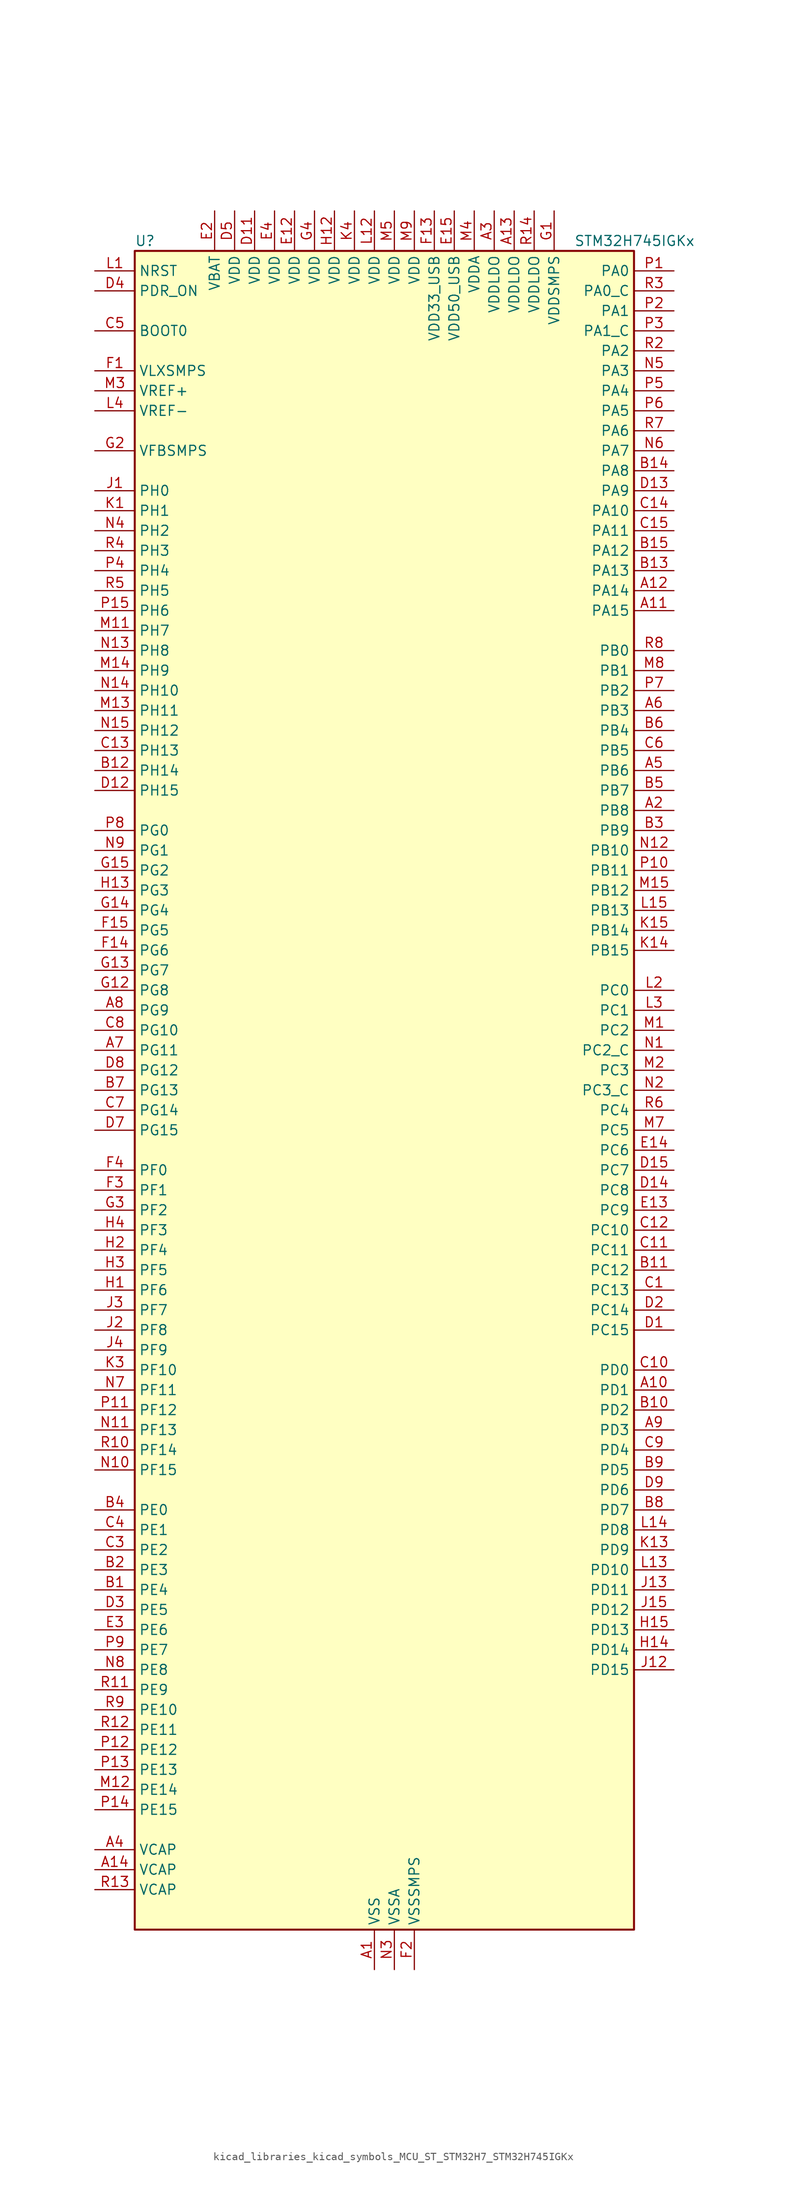
<source format=kicad_sym>
(kicad_symbol_lib
  (version 20220914)
  (generator kicad_symbol_editor)
  (symbol "kicad_libraries_kicad_symbols_MCU_ST_STM32H7_STM32H745IGKx"
    (property "Reference" "U"
      (at -30.48 107.95 0)
      (effects (font (size 1.27 1.27)) (justify left)))
    (property "Value" "STM32H745IGKx"
      (at 25.4 107.95 0)
      (effects (font (size 1.27 1.27)) (justify left)))
    (property "ki_locked" ""
      (at 0 0 0)
      (effects (font (size 1.27 1.27))))
    (symbol "kicad_libraries_kicad_symbols_MCU_ST_STM32H7_STM32H745IGKx_0_1"
      (rectangle (start -30.48 -106.68) (end 33.02 106.68) (stroke (width 0.254) (type default)) (fill (type background))))
    (symbol "kicad_libraries_kicad_symbols_MCU_ST_STM32H7_STM32H745IGKx_1_1"
      (pin power_in line (at 0 -111.76 90) (length 5.08) (name "VSS" (effects (font (size 1.27 1.27)))) (number "A1" (effects (font (size 1.27 1.27)))))
      (pin bidirectional line (at 38.1 -38.1 180) (length 5.08) (name "PD1" (effects (font (size 1.27 1.27)))) (number "A10" (effects (font (size 1.27 1.27)))) (alternate "DFSDM1_DATIN6" bidirectional line) (alternate "FDCAN1_TX" bidirectional line) (alternate "FMC_D3" bidirectional line) (alternate "FMC_DA3" bidirectional line) (alternate "SAI3_SD_A" bidirectional line) (alternate "UART4_TX" bidirectional line))
      (pin bidirectional line (at 38.1 60.96 180) (length 5.08) (name "PA15" (effects (font (size 1.27 1.27)))) (number "A11" (effects (font (size 1.27 1.27)))) (alternate "ADC1_EXTI15" bidirectional line) (alternate "ADC2_EXTI15" bidirectional line) (alternate "ADC3_EXTI15" bidirectional line) (alternate "CEC" bidirectional line) (alternate "DEBUG_JTDI" bidirectional line) (alternate "HRTIM_FLT1" bidirectional line) (alternate "I2S1_WS" bidirectional line) (alternate "I2S3_WS" bidirectional line) (alternate "SPI1_NSS" bidirectional line) (alternate "SPI3_NSS" bidirectional line) (alternate "SPI6_NSS" bidirectional line) (alternate "TIM2_CH1" bidirectional line) (alternate "TIM2_ETR" bidirectional line) (alternate "UART4_DE" bidirectional line) (alternate "UART4_RTS" bidirectional line) (alternate "UART7_TX" bidirectional line))
      (pin bidirectional line (at 38.1 63.5 180) (length 5.08) (name "PA14" (effects (font (size 1.27 1.27)))) (number "A12" (effects (font (size 1.27 1.27)))) (alternate "DEBUG_JTCK-SWCLK" bidirectional line))
      (pin power_in line (at 17.78 111.76 270) (length 5.08) (name "VDDLDO" (effects (font (size 1.27 1.27)))) (number "A13" (effects (font (size 1.27 1.27)))))
      (pin power_out line (at -35.56 -99.06 0) (length 5.08) (name "VCAP" (effects (font (size 1.27 1.27)))) (number "A14" (effects (font (size 1.27 1.27)))))
      (pin passive line (at 0 -111.76 90) (length 5.08) hide (name "VSS" (effects (font (size 1.27 1.27)))) (number "A15" (effects (font (size 1.27 1.27)))))
      (pin bidirectional line (at 38.1 35.56 180) (length 5.08) (name "PB8" (effects (font (size 1.27 1.27)))) (number "A2" (effects (font (size 1.27 1.27)))) (alternate "DCMI_D6" bidirectional line) (alternate "DFSDM1_CKIN7" bidirectional line) (alternate "ETH_TXD3" bidirectional line) (alternate "FDCAN1_RX" bidirectional line) (alternate "I2C1_SCL" bidirectional line) (alternate "I2C4_SCL" bidirectional line) (alternate "LTDC_B6" bidirectional line) (alternate "SDMMC1_CKIN" bidirectional line) (alternate "SDMMC1_D4" bidirectional line) (alternate "SDMMC2_D4" bidirectional line) (alternate "TIM16_CH1" bidirectional line) (alternate "TIM4_CH3" bidirectional line) (alternate "UART4_RX" bidirectional line))
      (pin power_in line (at 15.24 111.76 270) (length 5.08) (name "VDDLDO" (effects (font (size 1.27 1.27)))) (number "A3" (effects (font (size 1.27 1.27)))))
      (pin power_out line (at -35.56 -96.52 0) (length 5.08) (name "VCAP" (effects (font (size 1.27 1.27)))) (number "A4" (effects (font (size 1.27 1.27)))))
      (pin bidirectional line (at 38.1 40.64 180) (length 5.08) (name "PB6" (effects (font (size 1.27 1.27)))) (number "A5" (effects (font (size 1.27 1.27)))) (alternate "CEC" bidirectional line) (alternate "DCMI_D5" bidirectional line) (alternate "DFSDM1_DATIN5" bidirectional line) (alternate "FDCAN2_TX" bidirectional line) (alternate "FMC_SDNE1" bidirectional line) (alternate "HRTIM_EEV8" bidirectional line) (alternate "I2C1_SCL" bidirectional line) (alternate "I2C4_SCL" bidirectional line) (alternate "LPUART1_TX" bidirectional line) (alternate "QUADSPI_BK1_NCS" bidirectional line) (alternate "TIM16_CH1N" bidirectional line) (alternate "TIM4_CH1" bidirectional line) (alternate "UART5_TX" bidirectional line) (alternate "USART1_TX" bidirectional line))
      (pin bidirectional line (at 38.1 48.26 180) (length 5.08) (name "PB3" (effects (font (size 1.27 1.27)))) (number "A6" (effects (font (size 1.27 1.27)))) (alternate "CRS_SYNC" bidirectional line) (alternate "DEBUG_JTDO-SWO" bidirectional line) (alternate "HRTIM_FLT4" bidirectional line) (alternate "I2S1_CK" bidirectional line) (alternate "I2S3_CK" bidirectional line) (alternate "SDMMC2_D2" bidirectional line) (alternate "SPI1_SCK" bidirectional line) (alternate "SPI3_SCK" bidirectional line) (alternate "SPI6_SCK" bidirectional line) (alternate "TIM2_CH2" bidirectional line) (alternate "UART7_RX" bidirectional line))
      (pin bidirectional line (at -35.56 5.08 0) (length 5.08) (name "PG11" (effects (font (size 1.27 1.27)))) (number "A7" (effects (font (size 1.27 1.27)))) (alternate "ADC1_EXTI11" bidirectional line) (alternate "ADC2_EXTI11" bidirectional line) (alternate "ADC3_EXTI11" bidirectional line) (alternate "DCMI_D3" bidirectional line) (alternate "ETH_TX_EN" bidirectional line) (alternate "HRTIM_EEV4" bidirectional line) (alternate "I2S1_CK" bidirectional line) (alternate "LPTIM1_IN2" bidirectional line) (alternate "LTDC_B3" bidirectional line) (alternate "SDMMC2_D2" bidirectional line) (alternate "SPDIFRX1_IN0" bidirectional line) (alternate "SPI1_SCK" bidirectional line))
      (pin bidirectional line (at -35.56 10.16 0) (length 5.08) (name "PG9" (effects (font (size 1.27 1.27)))) (number "A8" (effects (font (size 1.27 1.27)))) (alternate "DAC1_EXTI9" bidirectional line) (alternate "DCMI_VSYNC" bidirectional line) (alternate "FMC_NCE" bidirectional line) (alternate "FMC_NE2" bidirectional line) (alternate "I2S1_SDI" bidirectional line) (alternate "QUADSPI_BK2_IO2" bidirectional line) (alternate "SAI2_FS_B" bidirectional line) (alternate "SPDIFRX1_IN3" bidirectional line) (alternate "SPI1_MISO" bidirectional line) (alternate "USART6_RX" bidirectional line))
      (pin bidirectional line (at 38.1 -43.18 180) (length 5.08) (name "PD3" (effects (font (size 1.27 1.27)))) (number "A9" (effects (font (size 1.27 1.27)))) (alternate "DCMI_D5" bidirectional line) (alternate "DFSDM1_CKOUT" bidirectional line) (alternate "FMC_CLK" bidirectional line) (alternate "I2S2_CK" bidirectional line) (alternate "LTDC_G7" bidirectional line) (alternate "SPI2_SCK" bidirectional line) (alternate "USART2_CTS" bidirectional line) (alternate "USART2_NSS" bidirectional line))
      (pin bidirectional line (at -35.56 -63.5 0) (length 5.08) (name "PE4" (effects (font (size 1.27 1.27)))) (number "B1" (effects (font (size 1.27 1.27)))) (alternate "DCMI_D4" bidirectional line) (alternate "DEBUG_TRACED1" bidirectional line) (alternate "DFSDM1_DATIN3" bidirectional line) (alternate "FMC_A20" bidirectional line) (alternate "LTDC_B0" bidirectional line) (alternate "SAI1_D2" bidirectional line) (alternate "SAI1_FS_A" bidirectional line) (alternate "SAI4_D2" bidirectional line) (alternate "SAI4_FS_A" bidirectional line) (alternate "SPI4_NSS" bidirectional line) (alternate "TIM15_CH1N" bidirectional line))
      (pin bidirectional line (at 38.1 -40.64 180) (length 5.08) (name "PD2" (effects (font (size 1.27 1.27)))) (number "B10" (effects (font (size 1.27 1.27)))) (alternate "DCMI_D11" bidirectional line) (alternate "DEBUG_TRACED2" bidirectional line) (alternate "SDMMC1_CMD" bidirectional line) (alternate "TIM3_ETR" bidirectional line) (alternate "UART5_RX" bidirectional line))
      (pin bidirectional line (at 38.1 -22.86 180) (length 5.08) (name "PC12" (effects (font (size 1.27 1.27)))) (number "B11" (effects (font (size 1.27 1.27)))) (alternate "DCMI_D9" bidirectional line) (alternate "DEBUG_TRACED3" bidirectional line) (alternate "HRTIM_EEV2" bidirectional line) (alternate "I2S3_SDO" bidirectional line) (alternate "SDMMC1_CK" bidirectional line) (alternate "SPI3_MOSI" bidirectional line) (alternate "UART5_TX" bidirectional line) (alternate "USART3_CK" bidirectional line))
      (pin bidirectional line (at -35.56 40.64 0) (length 5.08) (name "PH14" (effects (font (size 1.27 1.27)))) (number "B12" (effects (font (size 1.27 1.27)))) (alternate "DCMI_D4" bidirectional line) (alternate "FDCAN1_RX" bidirectional line) (alternate "FMC_D22" bidirectional line) (alternate "LTDC_G3" bidirectional line) (alternate "TIM8_CH2N" bidirectional line) (alternate "UART4_RX" bidirectional line))
      (pin bidirectional line (at 38.1 66.04 180) (length 5.08) (name "PA13" (effects (font (size 1.27 1.27)))) (number "B13" (effects (font (size 1.27 1.27)))) (alternate "DEBUG_JTMS-SWDIO" bidirectional line))
      (pin bidirectional line (at 38.1 78.74 180) (length 5.08) (name "PA8" (effects (font (size 1.27 1.27)))) (number "B14" (effects (font (size 1.27 1.27)))) (alternate "HRTIM_CHB2" bidirectional line) (alternate "I2C3_SCL" bidirectional line) (alternate "LTDC_B3" bidirectional line) (alternate "LTDC_R6" bidirectional line) (alternate "RCC_MCO_1" bidirectional line) (alternate "TIM1_CH1" bidirectional line) (alternate "TIM8_BKIN2" bidirectional line) (alternate "TIM8_BKIN2_COMP1" bidirectional line) (alternate "TIM8_BKIN2_COMP2" bidirectional line) (alternate "UART7_RX" bidirectional line) (alternate "USART1_CK" bidirectional line) (alternate "USB_OTG_FS_SOF" bidirectional line))
      (pin bidirectional line (at 38.1 68.58 180) (length 5.08) (name "PA12" (effects (font (size 1.27 1.27)))) (number "B15" (effects (font (size 1.27 1.27)))) (alternate "FDCAN1_TX" bidirectional line) (alternate "HRTIM_CHD2" bidirectional line) (alternate "I2S2_CK" bidirectional line) (alternate "LPUART1_DE" bidirectional line) (alternate "LPUART1_RTS" bidirectional line) (alternate "LTDC_R5" bidirectional line) (alternate "SAI2_FS_B" bidirectional line) (alternate "SPI2_SCK" bidirectional line) (alternate "TIM1_ETR" bidirectional line) (alternate "UART4_TX" bidirectional line) (alternate "USART1_DE" bidirectional line) (alternate "USART1_RTS" bidirectional line) (alternate "USB_OTG_FS_DP" bidirectional line))
      (pin bidirectional line (at -35.56 -60.96 0) (length 5.08) (name "PE3" (effects (font (size 1.27 1.27)))) (number "B2" (effects (font (size 1.27 1.27)))) (alternate "DEBUG_TRACED0" bidirectional line) (alternate "FMC_A19" bidirectional line) (alternate "SAI1_SD_B" bidirectional line) (alternate "SAI4_SD_B" bidirectional line) (alternate "TIM15_BKIN" bidirectional line))
      (pin bidirectional line (at 38.1 33.02 180) (length 5.08) (name "PB9" (effects (font (size 1.27 1.27)))) (number "B3" (effects (font (size 1.27 1.27)))) (alternate "DAC1_EXTI9" bidirectional line) (alternate "DCMI_D7" bidirectional line) (alternate "DFSDM1_DATIN7" bidirectional line) (alternate "FDCAN1_TX" bidirectional line) (alternate "I2C1_SDA" bidirectional line) (alternate "I2C4_SDA" bidirectional line) (alternate "I2C4_SMBA" bidirectional line) (alternate "I2S2_WS" bidirectional line) (alternate "LTDC_B7" bidirectional line) (alternate "SDMMC1_CDIR" bidirectional line) (alternate "SDMMC1_D5" bidirectional line) (alternate "SDMMC2_D5" bidirectional line) (alternate "SPI2_NSS" bidirectional line) (alternate "TIM17_CH1" bidirectional line) (alternate "TIM4_CH4" bidirectional line) (alternate "UART4_TX" bidirectional line))
      (pin bidirectional line (at -35.56 -53.34 0) (length 5.08) (name "PE0" (effects (font (size 1.27 1.27)))) (number "B4" (effects (font (size 1.27 1.27)))) (alternate "DCMI_D2" bidirectional line) (alternate "FMC_NBL0" bidirectional line) (alternate "HRTIM_SCIN" bidirectional line) (alternate "LPTIM1_ETR" bidirectional line) (alternate "LPTIM2_ETR" bidirectional line) (alternate "SAI2_MCLK_A" bidirectional line) (alternate "TIM4_ETR" bidirectional line) (alternate "UART8_RX" bidirectional line))
      (pin bidirectional line (at 38.1 38.1 180) (length 5.08) (name "PB7" (effects (font (size 1.27 1.27)))) (number "B5" (effects (font (size 1.27 1.27)))) (alternate "DCMI_VSYNC" bidirectional line) (alternate "DFSDM1_CKIN5" bidirectional line) (alternate "FMC_NL" bidirectional line) (alternate "HRTIM_EEV9" bidirectional line) (alternate "I2C1_SDA" bidirectional line) (alternate "I2C4_SDA" bidirectional line) (alternate "LPUART1_RX" bidirectional line) (alternate "PWR_PVD_IN" bidirectional line) (alternate "TIM17_CH1N" bidirectional line) (alternate "TIM4_CH2" bidirectional line) (alternate "USART1_RX" bidirectional line))
      (pin bidirectional line (at 38.1 45.72 180) (length 5.08) (name "PB4" (effects (font (size 1.27 1.27)))) (number "B6" (effects (font (size 1.27 1.27)))) (alternate "DEBUG_JTRST" bidirectional line) (alternate "HRTIM_EEV6" bidirectional line) (alternate "I2S1_SDI" bidirectional line) (alternate "I2S2_WS" bidirectional line) (alternate "I2S3_SDI" bidirectional line) (alternate "SDMMC2_D3" bidirectional line) (alternate "SPI1_MISO" bidirectional line) (alternate "SPI2_NSS" bidirectional line) (alternate "SPI3_MISO" bidirectional line) (alternate "SPI6_MISO" bidirectional line) (alternate "TIM16_BKIN" bidirectional line) (alternate "TIM3_CH1" bidirectional line) (alternate "UART7_TX" bidirectional line))
      (pin bidirectional line (at -35.56 0 0) (length 5.08) (name "PG13" (effects (font (size 1.27 1.27)))) (number "B7" (effects (font (size 1.27 1.27)))) (alternate "DEBUG_TRACED0" bidirectional line) (alternate "ETH_TXD0" bidirectional line) (alternate "FMC_A24" bidirectional line) (alternate "HRTIM_EEV10" bidirectional line) (alternate "LPTIM1_OUT" bidirectional line) (alternate "LTDC_R0" bidirectional line) (alternate "SPI6_SCK" bidirectional line) (alternate "USART6_CTS" bidirectional line) (alternate "USART6_NSS" bidirectional line))
      (pin bidirectional line (at 38.1 -53.34 180) (length 5.08) (name "PD7" (effects (font (size 1.27 1.27)))) (number "B8" (effects (font (size 1.27 1.27)))) (alternate "DFSDM1_CKIN1" bidirectional line) (alternate "DFSDM1_DATIN4" bidirectional line) (alternate "FMC_NE1" bidirectional line) (alternate "I2S1_SDO" bidirectional line) (alternate "SDMMC2_CMD" bidirectional line) (alternate "SPDIFRX1_IN0" bidirectional line) (alternate "SPI1_MOSI" bidirectional line) (alternate "USART2_CK" bidirectional line))
      (pin bidirectional line (at 38.1 -48.26 180) (length 5.08) (name "PD5" (effects (font (size 1.27 1.27)))) (number "B9" (effects (font (size 1.27 1.27)))) (alternate "FMC_NWE" bidirectional line) (alternate "HRTIM_EEV3" bidirectional line) (alternate "USART2_TX" bidirectional line))
      (pin bidirectional line (at 38.1 -25.4 180) (length 5.08) (name "PC13" (effects (font (size 1.27 1.27)))) (number "C1" (effects (font (size 1.27 1.27)))) (alternate "PWR_WKUP2" bidirectional line) (alternate "RTC_OUT_ALARM" bidirectional line) (alternate "RTC_OUT_CALIB" bidirectional line) (alternate "RTC_TAMP1" bidirectional line) (alternate "RTC_TS" bidirectional line))
      (pin bidirectional line (at 38.1 -35.56 180) (length 5.08) (name "PD0" (effects (font (size 1.27 1.27)))) (number "C10" (effects (font (size 1.27 1.27)))) (alternate "DFSDM1_CKIN6" bidirectional line) (alternate "FDCAN1_RX" bidirectional line) (alternate "FMC_D2" bidirectional line) (alternate "FMC_DA2" bidirectional line) (alternate "SAI3_SCK_A" bidirectional line) (alternate "UART4_RX" bidirectional line))
      (pin bidirectional line (at 38.1 -20.32 180) (length 5.08) (name "PC11" (effects (font (size 1.27 1.27)))) (number "C11" (effects (font (size 1.27 1.27)))) (alternate "ADC1_EXTI11" bidirectional line) (alternate "ADC2_EXTI11" bidirectional line) (alternate "ADC3_EXTI11" bidirectional line) (alternate "DCMI_D4" bidirectional line) (alternate "DFSDM1_DATIN5" bidirectional line) (alternate "HRTIM_FLT2" bidirectional line) (alternate "I2S3_SDI" bidirectional line) (alternate "QUADSPI_BK2_NCS" bidirectional line) (alternate "SDMMC1_D3" bidirectional line) (alternate "SPI3_MISO" bidirectional line) (alternate "UART4_RX" bidirectional line) (alternate "USART3_RX" bidirectional line))
      (pin bidirectional line (at 38.1 -17.78 180) (length 5.08) (name "PC10" (effects (font (size 1.27 1.27)))) (number "C12" (effects (font (size 1.27 1.27)))) (alternate "DCMI_D8" bidirectional line) (alternate "DFSDM1_CKIN5" bidirectional line) (alternate "HRTIM_EEV1" bidirectional line) (alternate "I2S3_CK" bidirectional line) (alternate "LTDC_R2" bidirectional line) (alternate "QUADSPI_BK1_IO1" bidirectional line) (alternate "SDMMC1_D2" bidirectional line) (alternate "SPI3_SCK" bidirectional line) (alternate "UART4_TX" bidirectional line) (alternate "USART3_TX" bidirectional line))
      (pin bidirectional line (at -35.56 43.18 0) (length 5.08) (name "PH13" (effects (font (size 1.27 1.27)))) (number "C13" (effects (font (size 1.27 1.27)))) (alternate "FDCAN1_TX" bidirectional line) (alternate "FMC_D21" bidirectional line) (alternate "LTDC_G2" bidirectional line) (alternate "TIM8_CH1N" bidirectional line) (alternate "UART4_TX" bidirectional line))
      (pin bidirectional line (at 38.1 73.66 180) (length 5.08) (name "PA10" (effects (font (size 1.27 1.27)))) (number "C14" (effects (font (size 1.27 1.27)))) (alternate "DCMI_D1" bidirectional line) (alternate "HRTIM_CHC2" bidirectional line) (alternate "LPUART1_RX" bidirectional line) (alternate "LTDC_B1" bidirectional line) (alternate "LTDC_B4" bidirectional line) (alternate "MDIOS_MDIO" bidirectional line) (alternate "TIM1_CH3" bidirectional line) (alternate "USART1_RX" bidirectional line) (alternate "USB_OTG_FS_ID" bidirectional line))
      (pin bidirectional line (at 38.1 71.12 180) (length 5.08) (name "PA11" (effects (font (size 1.27 1.27)))) (number "C15" (effects (font (size 1.27 1.27)))) (alternate "ADC1_EXTI11" bidirectional line) (alternate "ADC2_EXTI11" bidirectional line) (alternate "ADC3_EXTI11" bidirectional line) (alternate "FDCAN1_RX" bidirectional line) (alternate "HRTIM_CHD1" bidirectional line) (alternate "I2S2_WS" bidirectional line) (alternate "LPUART1_CTS" bidirectional line) (alternate "LTDC_R4" bidirectional line) (alternate "SPI2_NSS" bidirectional line) (alternate "TIM1_CH4" bidirectional line) (alternate "UART4_RX" bidirectional line) (alternate "USART1_CTS" bidirectional line) (alternate "USART1_NSS" bidirectional line) (alternate "USB_OTG_FS_DM" bidirectional line))
      (pin passive line (at 0 -111.76 90) (length 5.08) hide (name "VSS" (effects (font (size 1.27 1.27)))) (number "C2" (effects (font (size 1.27 1.27)))))
      (pin bidirectional line (at -35.56 -58.42 0) (length 5.08) (name "PE2" (effects (font (size 1.27 1.27)))) (number "C3" (effects (font (size 1.27 1.27)))) (alternate "DEBUG_TRACECLK" bidirectional line) (alternate "ETH_TXD3" bidirectional line) (alternate "FMC_A23" bidirectional line) (alternate "QUADSPI_BK1_IO2" bidirectional line) (alternate "SAI1_CK1" bidirectional line) (alternate "SAI1_MCLK_A" bidirectional line) (alternate "SAI4_CK1" bidirectional line) (alternate "SAI4_MCLK_A" bidirectional line) (alternate "SPI4_SCK" bidirectional line))
      (pin bidirectional line (at -35.56 -55.88 0) (length 5.08) (name "PE1" (effects (font (size 1.27 1.27)))) (number "C4" (effects (font (size 1.27 1.27)))) (alternate "DCMI_D3" bidirectional line) (alternate "FMC_NBL1" bidirectional line) (alternate "HRTIM_SCOUT" bidirectional line) (alternate "LPTIM1_IN2" bidirectional line) (alternate "UART8_TX" bidirectional line))
      (pin input line (at -35.56 96.52 0) (length 5.08) (name "BOOT0" (effects (font (size 1.27 1.27)))) (number "C5" (effects (font (size 1.27 1.27)))))
      (pin bidirectional line (at 38.1 43.18 180) (length 5.08) (name "PB5" (effects (font (size 1.27 1.27)))) (number "C6" (effects (font (size 1.27 1.27)))) (alternate "DCMI_D10" bidirectional line) (alternate "ETH_PPS_OUT" bidirectional line) (alternate "FDCAN2_RX" bidirectional line) (alternate "FMC_SDCKE1" bidirectional line) (alternate "HRTIM_EEV7" bidirectional line) (alternate "I2C1_SMBA" bidirectional line) (alternate "I2C4_SMBA" bidirectional line) (alternate "I2S1_SDO" bidirectional line) (alternate "I2S3_SDO" bidirectional line) (alternate "SPI1_MOSI" bidirectional line) (alternate "SPI3_MOSI" bidirectional line) (alternate "SPI6_MOSI" bidirectional line) (alternate "TIM17_BKIN" bidirectional line) (alternate "TIM3_CH2" bidirectional line) (alternate "UART5_RX" bidirectional line) (alternate "USB_OTG_HS_ULPI_D7" bidirectional line))
      (pin bidirectional line (at -35.56 -2.54 0) (length 5.08) (name "PG14" (effects (font (size 1.27 1.27)))) (number "C7" (effects (font (size 1.27 1.27)))) (alternate "DEBUG_TRACED1" bidirectional line) (alternate "ETH_TXD1" bidirectional line) (alternate "FMC_A25" bidirectional line) (alternate "LPTIM1_ETR" bidirectional line) (alternate "LTDC_B0" bidirectional line) (alternate "QUADSPI_BK2_IO3" bidirectional line) (alternate "SPI6_MOSI" bidirectional line) (alternate "USART6_TX" bidirectional line))
      (pin bidirectional line (at -35.56 7.62 0) (length 5.08) (name "PG10" (effects (font (size 1.27 1.27)))) (number "C8" (effects (font (size 1.27 1.27)))) (alternate "DCMI_D2" bidirectional line) (alternate "FMC_NE3" bidirectional line) (alternate "HRTIM_FLT5" bidirectional line) (alternate "I2S1_WS" bidirectional line) (alternate "LTDC_B2" bidirectional line) (alternate "LTDC_G3" bidirectional line) (alternate "SAI2_SD_B" bidirectional line) (alternate "SPI1_NSS" bidirectional line))
      (pin bidirectional line (at 38.1 -45.72 180) (length 5.08) (name "PD4" (effects (font (size 1.27 1.27)))) (number "C9" (effects (font (size 1.27 1.27)))) (alternate "FMC_NOE" bidirectional line) (alternate "HRTIM_FLT3" bidirectional line) (alternate "SAI3_FS_A" bidirectional line) (alternate "USART2_DE" bidirectional line) (alternate "USART2_RTS" bidirectional line))
      (pin bidirectional line (at 38.1 -30.48 180) (length 5.08) (name "PC15" (effects (font (size 1.27 1.27)))) (number "D1" (effects (font (size 1.27 1.27)))) (alternate "ADC1_EXTI15" bidirectional line) (alternate "ADC2_EXTI15" bidirectional line) (alternate "ADC3_EXTI15" bidirectional line) (alternate "RCC_OSC32_OUT" bidirectional line))
      (pin passive line (at 0 -111.76 90) (length 5.08) hide (name "VSS" (effects (font (size 1.27 1.27)))) (number "D10" (effects (font (size 1.27 1.27)))))
      (pin power_in line (at -15.24 111.76 270) (length 5.08) (name "VDD" (effects (font (size 1.27 1.27)))) (number "D11" (effects (font (size 1.27 1.27)))))
      (pin bidirectional line (at -35.56 38.1 0) (length 5.08) (name "PH15" (effects (font (size 1.27 1.27)))) (number "D12" (effects (font (size 1.27 1.27)))) (alternate "ADC1_EXTI15" bidirectional line) (alternate "ADC2_EXTI15" bidirectional line) (alternate "ADC3_EXTI15" bidirectional line) (alternate "DCMI_D11" bidirectional line) (alternate "FMC_D23" bidirectional line) (alternate "LTDC_G4" bidirectional line) (alternate "TIM8_CH3N" bidirectional line))
      (pin bidirectional line (at 38.1 76.2 180) (length 5.08) (name "PA9" (effects (font (size 1.27 1.27)))) (number "D13" (effects (font (size 1.27 1.27)))) (alternate "DAC1_EXTI9" bidirectional line) (alternate "DCMI_D0" bidirectional line) (alternate "HRTIM_CHC1" bidirectional line) (alternate "I2C3_SMBA" bidirectional line) (alternate "I2S2_CK" bidirectional line) (alternate "LPUART1_TX" bidirectional line) (alternate "LTDC_R5" bidirectional line) (alternate "SPI2_SCK" bidirectional line) (alternate "TIM1_CH2" bidirectional line) (alternate "USART1_TX" bidirectional line) (alternate "USB_OTG_FS_VBUS" bidirectional line))
      (pin bidirectional line (at 38.1 -12.7 180) (length 5.08) (name "PC8" (effects (font (size 1.27 1.27)))) (number "D14" (effects (font (size 1.27 1.27)))) (alternate "DCMI_D2" bidirectional line) (alternate "DEBUG_TRACED1" bidirectional line) (alternate "FMC_NCE" bidirectional line) (alternate "FMC_NE2" bidirectional line) (alternate "HRTIM_CHB1" bidirectional line) (alternate "SDMMC1_D0" bidirectional line) (alternate "SWPMI1_RX" bidirectional line) (alternate "TIM3_CH3" bidirectional line) (alternate "TIM8_CH3" bidirectional line) (alternate "UART5_DE" bidirectional line) (alternate "UART5_RTS" bidirectional line) (alternate "USART6_CK" bidirectional line))
      (pin bidirectional line (at 38.1 -10.16 180) (length 5.08) (name "PC7" (effects (font (size 1.27 1.27)))) (number "D15" (effects (font (size 1.27 1.27)))) (alternate "DCMI_D1" bidirectional line) (alternate "DEBUG_TRGIO" bidirectional line) (alternate "DFSDM1_DATIN3" bidirectional line) (alternate "FMC_NE1" bidirectional line) (alternate "HRTIM_CHA2" bidirectional line) (alternate "I2S3_MCK" bidirectional line) (alternate "LTDC_G6" bidirectional line) (alternate "SDMMC1_D123DIR" bidirectional line) (alternate "SDMMC1_D7" bidirectional line) (alternate "SDMMC2_D7" bidirectional line) (alternate "SWPMI1_TX" bidirectional line) (alternate "TIM3_CH2" bidirectional line) (alternate "TIM8_CH2" bidirectional line) (alternate "USART6_RX" bidirectional line))
      (pin bidirectional line (at 38.1 -27.94 180) (length 5.08) (name "PC14" (effects (font (size 1.27 1.27)))) (number "D2" (effects (font (size 1.27 1.27)))) (alternate "RCC_OSC32_IN" bidirectional line))
      (pin bidirectional line (at -35.56 -66.04 0) (length 5.08) (name "PE5" (effects (font (size 1.27 1.27)))) (number "D3" (effects (font (size 1.27 1.27)))) (alternate "DCMI_D6" bidirectional line) (alternate "DEBUG_TRACED2" bidirectional line) (alternate "DFSDM1_CKIN3" bidirectional line) (alternate "FMC_A21" bidirectional line) (alternate "LTDC_G0" bidirectional line) (alternate "SAI1_CK2" bidirectional line) (alternate "SAI1_SCK_A" bidirectional line) (alternate "SAI4_CK2" bidirectional line) (alternate "SAI4_SCK_A" bidirectional line) (alternate "SPI4_MISO" bidirectional line) (alternate "TIM15_CH1" bidirectional line))
      (pin input line (at -35.56 101.6 0) (length 5.08) (name "PDR_ON" (effects (font (size 1.27 1.27)))) (number "D4" (effects (font (size 1.27 1.27)))))
      (pin power_in line (at -17.78 111.76 270) (length 5.08) (name "VDD" (effects (font (size 1.27 1.27)))) (number "D5" (effects (font (size 1.27 1.27)))))
      (pin passive line (at 0 -111.76 90) (length 5.08) hide (name "VSS" (effects (font (size 1.27 1.27)))) (number "D6" (effects (font (size 1.27 1.27)))))
      (pin bidirectional line (at -35.56 -5.08 0) (length 5.08) (name "PG15" (effects (font (size 1.27 1.27)))) (number "D7" (effects (font (size 1.27 1.27)))) (alternate "ADC1_EXTI15" bidirectional line) (alternate "ADC2_EXTI15" bidirectional line) (alternate "ADC3_EXTI15" bidirectional line) (alternate "DCMI_D13" bidirectional line) (alternate "FMC_SDNCAS" bidirectional line) (alternate "USART6_CTS" bidirectional line) (alternate "USART6_NSS" bidirectional line))
      (pin bidirectional line (at -35.56 2.54 0) (length 5.08) (name "PG12" (effects (font (size 1.27 1.27)))) (number "D8" (effects (font (size 1.27 1.27)))) (alternate "ETH_TXD1" bidirectional line) (alternate "FMC_NE4" bidirectional line) (alternate "HRTIM_EEV5" bidirectional line) (alternate "LPTIM1_IN1" bidirectional line) (alternate "LTDC_B1" bidirectional line) (alternate "LTDC_B4" bidirectional line) (alternate "SPDIFRX1_IN1" bidirectional line) (alternate "SPI6_MISO" bidirectional line) (alternate "USART6_DE" bidirectional line) (alternate "USART6_RTS" bidirectional line))
      (pin bidirectional line (at 38.1 -50.8 180) (length 5.08) (name "PD6" (effects (font (size 1.27 1.27)))) (number "D9" (effects (font (size 1.27 1.27)))) (alternate "DCMI_D10" bidirectional line) (alternate "DFSDM1_CKIN4" bidirectional line) (alternate "DFSDM1_DATIN1" bidirectional line) (alternate "FMC_NWAIT" bidirectional line) (alternate "I2S3_SDO" bidirectional line) (alternate "LTDC_B2" bidirectional line) (alternate "SAI1_D1" bidirectional line) (alternate "SAI1_SD_A" bidirectional line) (alternate "SAI4_D1" bidirectional line) (alternate "SAI4_SD_A" bidirectional line) (alternate "SDMMC2_CK" bidirectional line) (alternate "SPI3_MOSI" bidirectional line) (alternate "USART2_RX" bidirectional line))
      (pin passive line (at 0 -111.76 90) (length 5.08) hide (name "VSS" (effects (font (size 1.27 1.27)))) (number "E1" (effects (font (size 1.27 1.27)))))
      (pin power_in line (at -10.16 111.76 270) (length 5.08) (name "VDD" (effects (font (size 1.27 1.27)))) (number "E12" (effects (font (size 1.27 1.27)))))
      (pin bidirectional line (at 38.1 -15.24 180) (length 5.08) (name "PC9" (effects (font (size 1.27 1.27)))) (number "E13" (effects (font (size 1.27 1.27)))) (alternate "DAC1_EXTI9" bidirectional line) (alternate "DCMI_D3" bidirectional line) (alternate "I2C3_SDA" bidirectional line) (alternate "I2S_CKIN" bidirectional line) (alternate "LTDC_B2" bidirectional line) (alternate "LTDC_G3" bidirectional line) (alternate "QUADSPI_BK1_IO0" bidirectional line) (alternate "RCC_MCO_2" bidirectional line) (alternate "SDMMC1_D1" bidirectional line) (alternate "SWPMI1_SUSPEND" bidirectional line) (alternate "TIM3_CH4" bidirectional line) (alternate "TIM8_CH4" bidirectional line) (alternate "UART5_CTS" bidirectional line))
      (pin bidirectional line (at 38.1 -7.62 180) (length 5.08) (name "PC6" (effects (font (size 1.27 1.27)))) (number "E14" (effects (font (size 1.27 1.27)))) (alternate "DCMI_D0" bidirectional line) (alternate "DFSDM1_CKIN3" bidirectional line) (alternate "FMC_NWAIT" bidirectional line) (alternate "HRTIM_CHA1" bidirectional line) (alternate "I2S2_MCK" bidirectional line) (alternate "LTDC_HSYNC" bidirectional line) (alternate "SDMMC1_D0DIR" bidirectional line) (alternate "SDMMC1_D6" bidirectional line) (alternate "SDMMC2_D6" bidirectional line) (alternate "SWPMI1_IO" bidirectional line) (alternate "TIM3_CH1" bidirectional line) (alternate "TIM8_CH1" bidirectional line) (alternate "USART6_TX" bidirectional line))
      (pin power_in line (at 10.16 111.76 270) (length 5.08) (name "VDD50_USB" (effects (font (size 1.27 1.27)))) (number "E15" (effects (font (size 1.27 1.27)))))
      (pin power_in line (at -20.32 111.76 270) (length 5.08) (name "VBAT" (effects (font (size 1.27 1.27)))) (number "E2" (effects (font (size 1.27 1.27)))))
      (pin bidirectional line (at -35.56 -68.58 0) (length 5.08) (name "PE6" (effects (font (size 1.27 1.27)))) (number "E3" (effects (font (size 1.27 1.27)))) (alternate "DCMI_D7" bidirectional line) (alternate "DEBUG_TRACED3" bidirectional line) (alternate "FMC_A22" bidirectional line) (alternate "LTDC_G1" bidirectional line) (alternate "SAI1_D1" bidirectional line) (alternate "SAI1_SD_A" bidirectional line) (alternate "SAI2_MCLK_B" bidirectional line) (alternate "SAI4_D1" bidirectional line) (alternate "SAI4_SD_A" bidirectional line) (alternate "SPI4_MOSI" bidirectional line) (alternate "TIM15_CH2" bidirectional line) (alternate "TIM1_BKIN2" bidirectional line) (alternate "TIM1_BKIN2_COMP1" bidirectional line) (alternate "TIM1_BKIN2_COMP2" bidirectional line))
      (pin power_in line (at -12.7 111.76 270) (length 5.08) (name "VDD" (effects (font (size 1.27 1.27)))) (number "E4" (effects (font (size 1.27 1.27)))))
      (pin power_in line (at -35.56 91.44 0) (length 5.08) (name "VLXSMPS" (effects (font (size 1.27 1.27)))) (number "F1" (effects (font (size 1.27 1.27)))))
      (pin passive line (at 0 -111.76 90) (length 5.08) hide (name "VSS" (effects (font (size 1.27 1.27)))) (number "F10" (effects (font (size 1.27 1.27)))))
      (pin passive line (at 0 -111.76 90) (length 5.08) hide (name "VSS" (effects (font (size 1.27 1.27)))) (number "F12" (effects (font (size 1.27 1.27)))))
      (pin power_in line (at 7.62 111.76 270) (length 5.08) (name "VDD33_USB" (effects (font (size 1.27 1.27)))) (number "F13" (effects (font (size 1.27 1.27)))))
      (pin bidirectional line (at -35.56 17.78 0) (length 5.08) (name "PG6" (effects (font (size 1.27 1.27)))) (number "F14" (effects (font (size 1.27 1.27)))) (alternate "DCMI_D12" bidirectional line) (alternate "FMC_NE3" bidirectional line) (alternate "HRTIM_CHE1" bidirectional line) (alternate "LTDC_R7" bidirectional line) (alternate "QUADSPI_BK1_NCS" bidirectional line) (alternate "TIM17_BKIN" bidirectional line))
      (pin bidirectional line (at -35.56 20.32 0) (length 5.08) (name "PG5" (effects (font (size 1.27 1.27)))) (number "F15" (effects (font (size 1.27 1.27)))) (alternate "FMC_A15" bidirectional line) (alternate "FMC_BA1" bidirectional line) (alternate "TIM1_ETR" bidirectional line))
      (pin power_in line (at 5.08 -111.76 90) (length 5.08) (name "VSSSMPS" (effects (font (size 1.27 1.27)))) (number "F2" (effects (font (size 1.27 1.27)))))
      (pin bidirectional line (at -35.56 -12.7 0) (length 5.08) (name "PF1" (effects (font (size 1.27 1.27)))) (number "F3" (effects (font (size 1.27 1.27)))) (alternate "FMC_A1" bidirectional line) (alternate "I2C2_SCL" bidirectional line))
      (pin bidirectional line (at -35.56 -10.16 0) (length 5.08) (name "PF0" (effects (font (size 1.27 1.27)))) (number "F4" (effects (font (size 1.27 1.27)))) (alternate "FMC_A0" bidirectional line) (alternate "I2C2_SDA" bidirectional line))
      (pin passive line (at 0 -111.76 90) (length 5.08) hide (name "VSS" (effects (font (size 1.27 1.27)))) (number "F6" (effects (font (size 1.27 1.27)))))
      (pin passive line (at 0 -111.76 90) (length 5.08) hide (name "VSS" (effects (font (size 1.27 1.27)))) (number "F7" (effects (font (size 1.27 1.27)))))
      (pin passive line (at 0 -111.76 90) (length 5.08) hide (name "VSS" (effects (font (size 1.27 1.27)))) (number "F8" (effects (font (size 1.27 1.27)))))
      (pin passive line (at 0 -111.76 90) (length 5.08) hide (name "VSS" (effects (font (size 1.27 1.27)))) (number "F9" (effects (font (size 1.27 1.27)))))
      (pin power_in line (at 22.86 111.76 270) (length 5.08) (name "VDDSMPS" (effects (font (size 1.27 1.27)))) (number "G1" (effects (font (size 1.27 1.27)))))
      (pin passive line (at 0 -111.76 90) (length 5.08) hide (name "VSS" (effects (font (size 1.27 1.27)))) (number "G10" (effects (font (size 1.27 1.27)))))
      (pin bidirectional line (at -35.56 12.7 0) (length 5.08) (name "PG8" (effects (font (size 1.27 1.27)))) (number "G12" (effects (font (size 1.27 1.27)))) (alternate "ETH_PPS_OUT" bidirectional line) (alternate "FMC_SDCLK" bidirectional line) (alternate "LTDC_G7" bidirectional line) (alternate "SPDIFRX1_IN2" bidirectional line) (alternate "SPI6_NSS" bidirectional line) (alternate "TIM8_ETR" bidirectional line) (alternate "USART6_DE" bidirectional line) (alternate "USART6_RTS" bidirectional line))
      (pin bidirectional line (at -35.56 15.24 0) (length 5.08) (name "PG7" (effects (font (size 1.27 1.27)))) (number "G13" (effects (font (size 1.27 1.27)))) (alternate "DCMI_D13" bidirectional line) (alternate "FMC_INT" bidirectional line) (alternate "HRTIM_CHE2" bidirectional line) (alternate "LTDC_CLK" bidirectional line) (alternate "SAI1_MCLK_A" bidirectional line) (alternate "USART6_CK" bidirectional line))
      (pin bidirectional line (at -35.56 22.86 0) (length 5.08) (name "PG4" (effects (font (size 1.27 1.27)))) (number "G14" (effects (font (size 1.27 1.27)))) (alternate "FMC_A14" bidirectional line) (alternate "FMC_BA0" bidirectional line) (alternate "TIM1_BKIN2" bidirectional line) (alternate "TIM1_BKIN2_COMP1" bidirectional line) (alternate "TIM1_BKIN2_COMP2" bidirectional line))
      (pin bidirectional line (at -35.56 27.94 0) (length 5.08) (name "PG2" (effects (font (size 1.27 1.27)))) (number "G15" (effects (font (size 1.27 1.27)))) (alternate "FMC_A12" bidirectional line) (alternate "TIM8_BKIN" bidirectional line) (alternate "TIM8_BKIN_COMP1" bidirectional line) (alternate "TIM8_BKIN_COMP2" bidirectional line))
      (pin input line (at -35.56 81.28 0) (length 5.08) (name "VFBSMPS" (effects (font (size 1.27 1.27)))) (number "G2" (effects (font (size 1.27 1.27)))))
      (pin bidirectional line (at -35.56 -15.24 0) (length 5.08) (name "PF2" (effects (font (size 1.27 1.27)))) (number "G3" (effects (font (size 1.27 1.27)))) (alternate "FMC_A2" bidirectional line) (alternate "I2C2_SMBA" bidirectional line))
      (pin power_in line (at -7.62 111.76 270) (length 5.08) (name "VDD" (effects (font (size 1.27 1.27)))) (number "G4" (effects (font (size 1.27 1.27)))))
      (pin passive line (at 0 -111.76 90) (length 5.08) hide (name "VSS" (effects (font (size 1.27 1.27)))) (number "G6" (effects (font (size 1.27 1.27)))))
      (pin passive line (at 0 -111.76 90) (length 5.08) hide (name "VSS" (effects (font (size 1.27 1.27)))) (number "G7" (effects (font (size 1.27 1.27)))))
      (pin passive line (at 0 -111.76 90) (length 5.08) hide (name "VSS" (effects (font (size 1.27 1.27)))) (number "G8" (effects (font (size 1.27 1.27)))))
      (pin passive line (at 0 -111.76 90) (length 5.08) hide (name "VSS" (effects (font (size 1.27 1.27)))) (number "G9" (effects (font (size 1.27 1.27)))))
      (pin bidirectional line (at -35.56 -25.4 0) (length 5.08) (name "PF6" (effects (font (size 1.27 1.27)))) (number "H1" (effects (font (size 1.27 1.27)))) (alternate "ADC3_INN4" bidirectional line) (alternate "ADC3_INP8" bidirectional line) (alternate "QUADSPI_BK1_IO3" bidirectional line) (alternate "SAI1_SD_B" bidirectional line) (alternate "SAI4_SD_B" bidirectional line) (alternate "SPI5_NSS" bidirectional line) (alternate "TIM16_CH1" bidirectional line) (alternate "UART7_RX" bidirectional line))
      (pin passive line (at 0 -111.76 90) (length 5.08) hide (name "VSS" (effects (font (size 1.27 1.27)))) (number "H10" (effects (font (size 1.27 1.27)))))
      (pin power_in line (at -5.08 111.76 270) (length 5.08) (name "VDD" (effects (font (size 1.27 1.27)))) (number "H12" (effects (font (size 1.27 1.27)))))
      (pin bidirectional line (at -35.56 25.4 0) (length 5.08) (name "PG3" (effects (font (size 1.27 1.27)))) (number "H13" (effects (font (size 1.27 1.27)))) (alternate "FMC_A13" bidirectional line) (alternate "TIM8_BKIN2" bidirectional line) (alternate "TIM8_BKIN2_COMP1" bidirectional line) (alternate "TIM8_BKIN2_COMP2" bidirectional line))
      (pin bidirectional line (at 38.1 -71.12 180) (length 5.08) (name "PD14" (effects (font (size 1.27 1.27)))) (number "H14" (effects (font (size 1.27 1.27)))) (alternate "FMC_D0" bidirectional line) (alternate "FMC_DA0" bidirectional line) (alternate "SAI3_MCLK_B" bidirectional line) (alternate "TIM4_CH3" bidirectional line) (alternate "UART8_CTS" bidirectional line))
      (pin bidirectional line (at 38.1 -68.58 180) (length 5.08) (name "PD13" (effects (font (size 1.27 1.27)))) (number "H15" (effects (font (size 1.27 1.27)))) (alternate "FMC_A18" bidirectional line) (alternate "I2C4_SDA" bidirectional line) (alternate "LPTIM1_OUT" bidirectional line) (alternate "QUADSPI_BK1_IO3" bidirectional line) (alternate "SAI2_SCK_A" bidirectional line) (alternate "TIM4_CH2" bidirectional line))
      (pin bidirectional line (at -35.56 -20.32 0) (length 5.08) (name "PF4" (effects (font (size 1.27 1.27)))) (number "H2" (effects (font (size 1.27 1.27)))) (alternate "ADC3_INN5" bidirectional line) (alternate "ADC3_INP9" bidirectional line) (alternate "FMC_A4" bidirectional line))
      (pin bidirectional line (at -35.56 -22.86 0) (length 5.08) (name "PF5" (effects (font (size 1.27 1.27)))) (number "H3" (effects (font (size 1.27 1.27)))) (alternate "ADC3_INP4" bidirectional line) (alternate "FMC_A5" bidirectional line))
      (pin bidirectional line (at -35.56 -17.78 0) (length 5.08) (name "PF3" (effects (font (size 1.27 1.27)))) (number "H4" (effects (font (size 1.27 1.27)))) (alternate "ADC3_INP5" bidirectional line) (alternate "FMC_A3" bidirectional line))
      (pin passive line (at 0 -111.76 90) (length 5.08) hide (name "VSS" (effects (font (size 1.27 1.27)))) (number "H6" (effects (font (size 1.27 1.27)))))
      (pin passive line (at 0 -111.76 90) (length 5.08) hide (name "VSS" (effects (font (size 1.27 1.27)))) (number "H7" (effects (font (size 1.27 1.27)))))
      (pin passive line (at 0 -111.76 90) (length 5.08) hide (name "VSS" (effects (font (size 1.27 1.27)))) (number "H8" (effects (font (size 1.27 1.27)))))
      (pin passive line (at 0 -111.76 90) (length 5.08) hide (name "VSS" (effects (font (size 1.27 1.27)))) (number "H9" (effects (font (size 1.27 1.27)))))
      (pin bidirectional line (at -35.56 76.2 0) (length 5.08) (name "PH0" (effects (font (size 1.27 1.27)))) (number "J1" (effects (font (size 1.27 1.27)))) (alternate "RCC_OSC_IN" bidirectional line))
      (pin passive line (at 0 -111.76 90) (length 5.08) hide (name "VSS" (effects (font (size 1.27 1.27)))) (number "J10" (effects (font (size 1.27 1.27)))))
      (pin bidirectional line (at 38.1 -73.66 180) (length 5.08) (name "PD15" (effects (font (size 1.27 1.27)))) (number "J12" (effects (font (size 1.27 1.27)))) (alternate "ADC1_EXTI15" bidirectional line) (alternate "ADC2_EXTI15" bidirectional line) (alternate "ADC3_EXTI15" bidirectional line) (alternate "FMC_D1" bidirectional line) (alternate "FMC_DA1" bidirectional line) (alternate "SAI3_MCLK_A" bidirectional line) (alternate "TIM4_CH4" bidirectional line) (alternate "UART8_DE" bidirectional line) (alternate "UART8_RTS" bidirectional line))
      (pin bidirectional line (at 38.1 -63.5 180) (length 5.08) (name "PD11" (effects (font (size 1.27 1.27)))) (number "J13" (effects (font (size 1.27 1.27)))) (alternate "ADC1_EXTI11" bidirectional line) (alternate "ADC2_EXTI11" bidirectional line) (alternate "ADC3_EXTI11" bidirectional line) (alternate "FMC_A16" bidirectional line) (alternate "FMC_CLE" bidirectional line) (alternate "I2C4_SMBA" bidirectional line) (alternate "LPTIM2_IN2" bidirectional line) (alternate "QUADSPI_BK1_IO0" bidirectional line) (alternate "SAI2_SD_A" bidirectional line) (alternate "USART3_CTS" bidirectional line) (alternate "USART3_NSS" bidirectional line))
      (pin passive line (at 0 -111.76 90) (length 5.08) hide (name "VSS" (effects (font (size 1.27 1.27)))) (number "J14" (effects (font (size 1.27 1.27)))))
      (pin bidirectional line (at 38.1 -66.04 180) (length 5.08) (name "PD12" (effects (font (size 1.27 1.27)))) (number "J15" (effects (font (size 1.27 1.27)))) (alternate "FMC_A17" bidirectional line) (alternate "FMC_ALE" bidirectional line) (alternate "I2C4_SCL" bidirectional line) (alternate "LPTIM1_IN1" bidirectional line) (alternate "LPTIM2_IN1" bidirectional line) (alternate "QUADSPI_BK1_IO1" bidirectional line) (alternate "SAI2_FS_A" bidirectional line) (alternate "TIM4_CH1" bidirectional line) (alternate "USART3_DE" bidirectional line) (alternate "USART3_RTS" bidirectional line))
      (pin bidirectional line (at -35.56 -30.48 0) (length 5.08) (name "PF8" (effects (font (size 1.27 1.27)))) (number "J2" (effects (font (size 1.27 1.27)))) (alternate "ADC3_INN3" bidirectional line) (alternate "ADC3_INP7" bidirectional line) (alternate "QUADSPI_BK1_IO0" bidirectional line) (alternate "SAI1_SCK_B" bidirectional line) (alternate "SAI4_SCK_B" bidirectional line) (alternate "SPI5_MISO" bidirectional line) (alternate "TIM13_CH1" bidirectional line) (alternate "TIM16_CH1N" bidirectional line) (alternate "UART7_DE" bidirectional line) (alternate "UART7_RTS" bidirectional line))
      (pin bidirectional line (at -35.56 -27.94 0) (length 5.08) (name "PF7" (effects (font (size 1.27 1.27)))) (number "J3" (effects (font (size 1.27 1.27)))) (alternate "ADC3_INP3" bidirectional line) (alternate "QUADSPI_BK1_IO2" bidirectional line) (alternate "SAI1_MCLK_B" bidirectional line) (alternate "SAI4_MCLK_B" bidirectional line) (alternate "SPI5_SCK" bidirectional line) (alternate "TIM17_CH1" bidirectional line) (alternate "UART7_TX" bidirectional line))
      (pin bidirectional line (at -35.56 -33.02 0) (length 5.08) (name "PF9" (effects (font (size 1.27 1.27)))) (number "J4" (effects (font (size 1.27 1.27)))) (alternate "ADC3_INP2" bidirectional line) (alternate "DAC1_EXTI9" bidirectional line) (alternate "QUADSPI_BK1_IO1" bidirectional line) (alternate "SAI1_FS_B" bidirectional line) (alternate "SAI4_FS_B" bidirectional line) (alternate "SPI5_MOSI" bidirectional line) (alternate "TIM14_CH1" bidirectional line) (alternate "TIM17_CH1N" bidirectional line) (alternate "UART7_CTS" bidirectional line))
      (pin passive line (at 0 -111.76 90) (length 5.08) hide (name "VSS" (effects (font (size 1.27 1.27)))) (number "J6" (effects (font (size 1.27 1.27)))))
      (pin passive line (at 0 -111.76 90) (length 5.08) hide (name "VSS" (effects (font (size 1.27 1.27)))) (number "J7" (effects (font (size 1.27 1.27)))))
      (pin passive line (at 0 -111.76 90) (length 5.08) hide (name "VSS" (effects (font (size 1.27 1.27)))) (number "J8" (effects (font (size 1.27 1.27)))))
      (pin passive line (at 0 -111.76 90) (length 5.08) hide (name "VSS" (effects (font (size 1.27 1.27)))) (number "J9" (effects (font (size 1.27 1.27)))))
      (pin bidirectional line (at -35.56 73.66 0) (length 5.08) (name "PH1" (effects (font (size 1.27 1.27)))) (number "K1" (effects (font (size 1.27 1.27)))) (alternate "RCC_OSC_OUT" bidirectional line))
      (pin passive line (at 0 -111.76 90) (length 5.08) hide (name "VSS" (effects (font (size 1.27 1.27)))) (number "K10" (effects (font (size 1.27 1.27)))))
      (pin passive line (at 0 -111.76 90) (length 5.08) hide (name "VSS" (effects (font (size 1.27 1.27)))) (number "K12" (effects (font (size 1.27 1.27)))))
      (pin bidirectional line (at 38.1 -58.42 180) (length 5.08) (name "PD9" (effects (font (size 1.27 1.27)))) (number "K13" (effects (font (size 1.27 1.27)))) (alternate "DAC1_EXTI9" bidirectional line) (alternate "DFSDM1_DATIN3" bidirectional line) (alternate "FMC_D14" bidirectional line) (alternate "FMC_DA14" bidirectional line) (alternate "SAI3_SD_B" bidirectional line) (alternate "USART3_RX" bidirectional line))
      (pin bidirectional line (at 38.1 17.78 180) (length 5.08) (name "PB15" (effects (font (size 1.27 1.27)))) (number "K14" (effects (font (size 1.27 1.27)))) (alternate "ADC1_EXTI15" bidirectional line) (alternate "ADC2_EXTI15" bidirectional line) (alternate "ADC3_EXTI15" bidirectional line) (alternate "DFSDM1_CKIN2" bidirectional line) (alternate "I2S2_SDO" bidirectional line) (alternate "RTC_REFIN" bidirectional line) (alternate "SDMMC2_D1" bidirectional line) (alternate "SPI2_MOSI" bidirectional line) (alternate "TIM12_CH2" bidirectional line) (alternate "TIM1_CH3N" bidirectional line) (alternate "TIM8_CH3N" bidirectional line) (alternate "UART4_CTS" bidirectional line) (alternate "USART1_RX" bidirectional line) (alternate "USB_OTG_HS_DP" bidirectional line))
      (pin bidirectional line (at 38.1 20.32 180) (length 5.08) (name "PB14" (effects (font (size 1.27 1.27)))) (number "K15" (effects (font (size 1.27 1.27)))) (alternate "DFSDM1_DATIN2" bidirectional line) (alternate "I2S2_SDI" bidirectional line) (alternate "SDMMC2_D0" bidirectional line) (alternate "SPI2_MISO" bidirectional line) (alternate "TIM12_CH1" bidirectional line) (alternate "TIM1_CH2N" bidirectional line) (alternate "TIM8_CH2N" bidirectional line) (alternate "UART4_DE" bidirectional line) (alternate "UART4_RTS" bidirectional line) (alternate "USART1_TX" bidirectional line) (alternate "USART3_DE" bidirectional line) (alternate "USART3_RTS" bidirectional line) (alternate "USB_OTG_HS_DM" bidirectional line))
      (pin passive line (at 0 -111.76 90) (length 5.08) hide (name "VSS" (effects (font (size 1.27 1.27)))) (number "K2" (effects (font (size 1.27 1.27)))))
      (pin bidirectional line (at -35.56 -35.56 0) (length 5.08) (name "PF10" (effects (font (size 1.27 1.27)))) (number "K3" (effects (font (size 1.27 1.27)))) (alternate "ADC3_INN2" bidirectional line) (alternate "ADC3_INP6" bidirectional line) (alternate "DCMI_D11" bidirectional line) (alternate "LTDC_DE" bidirectional line) (alternate "QUADSPI_CLK" bidirectional line) (alternate "SAI1_D3" bidirectional line) (alternate "SAI4_D3" bidirectional line) (alternate "TIM16_BKIN" bidirectional line))
      (pin power_in line (at -2.54 111.76 270) (length 5.08) (name "VDD" (effects (font (size 1.27 1.27)))) (number "K4" (effects (font (size 1.27 1.27)))))
      (pin passive line (at 0 -111.76 90) (length 5.08) hide (name "VSS" (effects (font (size 1.27 1.27)))) (number "K6" (effects (font (size 1.27 1.27)))))
      (pin passive line (at 0 -111.76 90) (length 5.08) hide (name "VSS" (effects (font (size 1.27 1.27)))) (number "K7" (effects (font (size 1.27 1.27)))))
      (pin passive line (at 0 -111.76 90) (length 5.08) hide (name "VSS" (effects (font (size 1.27 1.27)))) (number "K8" (effects (font (size 1.27 1.27)))))
      (pin passive line (at 0 -111.76 90) (length 5.08) hide (name "VSS" (effects (font (size 1.27 1.27)))) (number "K9" (effects (font (size 1.27 1.27)))))
      (pin input line (at -35.56 104.14 0) (length 5.08) (name "NRST" (effects (font (size 1.27 1.27)))) (number "L1" (effects (font (size 1.27 1.27)))))
      (pin power_in line (at 0 111.76 270) (length 5.08) (name "VDD" (effects (font (size 1.27 1.27)))) (number "L12" (effects (font (size 1.27 1.27)))))
      (pin bidirectional line (at 38.1 -60.96 180) (length 5.08) (name "PD10" (effects (font (size 1.27 1.27)))) (number "L13" (effects (font (size 1.27 1.27)))) (alternate "DFSDM1_CKOUT" bidirectional line) (alternate "FMC_D15" bidirectional line) (alternate "FMC_DA15" bidirectional line) (alternate "LTDC_B3" bidirectional line) (alternate "SAI3_FS_B" bidirectional line) (alternate "USART3_CK" bidirectional line))
      (pin bidirectional line (at 38.1 -55.88 180) (length 5.08) (name "PD8" (effects (font (size 1.27 1.27)))) (number "L14" (effects (font (size 1.27 1.27)))) (alternate "DFSDM1_CKIN3" bidirectional line) (alternate "FMC_D13" bidirectional line) (alternate "FMC_DA13" bidirectional line) (alternate "SAI3_SCK_B" bidirectional line) (alternate "SPDIFRX1_IN1" bidirectional line) (alternate "USART3_TX" bidirectional line))
      (pin bidirectional line (at 38.1 22.86 180) (length 5.08) (name "PB13" (effects (font (size 1.27 1.27)))) (number "L15" (effects (font (size 1.27 1.27)))) (alternate "DFSDM1_CKIN1" bidirectional line) (alternate "ETH_TXD1" bidirectional line) (alternate "FDCAN2_TX" bidirectional line) (alternate "I2S2_CK" bidirectional line) (alternate "LPTIM2_OUT" bidirectional line) (alternate "SPI2_SCK" bidirectional line) (alternate "TIM1_CH1N" bidirectional line) (alternate "UART5_TX" bidirectional line) (alternate "USART3_CTS" bidirectional line) (alternate "USART3_NSS" bidirectional line) (alternate "USB_OTG_HS_ULPI_D6" bidirectional line) (alternate "USB_OTG_HS_VBUS" bidirectional line))
      (pin bidirectional line (at 38.1 12.7 180) (length 5.08) (name "PC0" (effects (font (size 1.27 1.27)))) (number "L2" (effects (font (size 1.27 1.27)))) (alternate "ADC1_INP10" bidirectional line) (alternate "ADC2_INP10" bidirectional line) (alternate "ADC3_INP10" bidirectional line) (alternate "DFSDM1_CKIN0" bidirectional line) (alternate "DFSDM1_DATIN4" bidirectional line) (alternate "FMC_SDNWE" bidirectional line) (alternate "LTDC_R5" bidirectional line) (alternate "SAI2_FS_B" bidirectional line) (alternate "USB_OTG_HS_ULPI_STP" bidirectional line))
      (pin bidirectional line (at 38.1 10.16 180) (length 5.08) (name "PC1" (effects (font (size 1.27 1.27)))) (number "L3" (effects (font (size 1.27 1.27)))) (alternate "ADC1_INN10" bidirectional line) (alternate "ADC1_INP11" bidirectional line) (alternate "ADC2_INN10" bidirectional line) (alternate "ADC2_INP11" bidirectional line) (alternate "ADC3_INN10" bidirectional line) (alternate "ADC3_INP11" bidirectional line) (alternate "DEBUG_TRACED0" bidirectional line) (alternate "DFSDM1_CKIN4" bidirectional line) (alternate "DFSDM1_DATIN0" bidirectional line) (alternate "ETH_MDC" bidirectional line) (alternate "I2S2_SDO" bidirectional line) (alternate "MDIOS_MDC" bidirectional line) (alternate "PWR_WKUP5" bidirectional line) (alternate "RTC_TAMP3" bidirectional line) (alternate "SAI1_D1" bidirectional line) (alternate "SAI1_SD_A" bidirectional line) (alternate "SAI4_D1" bidirectional line) (alternate "SAI4_SD_A" bidirectional line) (alternate "SDMMC2_CK" bidirectional line) (alternate "SPI2_MOSI" bidirectional line))
      (pin input line (at -35.56 86.36 0) (length 5.08) (name "VREF-" (effects (font (size 1.27 1.27)))) (number "L4" (effects (font (size 1.27 1.27)))))
      (pin bidirectional line (at 38.1 7.62 180) (length 5.08) (name "PC2" (effects (font (size 1.27 1.27)))) (number "M1" (effects (font (size 1.27 1.27)))) (alternate "ADC1_INN11" bidirectional line) (alternate "ADC1_INP12" bidirectional line) (alternate "ADC2_INN11" bidirectional line) (alternate "ADC2_INP12" bidirectional line) (alternate "ADC3_INN11" bidirectional line) (alternate "ADC3_INP12" bidirectional line) (alternate "DFSDM1_CKIN1" bidirectional line) (alternate "DFSDM1_CKOUT" bidirectional line) (alternate "ETH_TXD2" bidirectional line) (alternate "FMC_SDNE0" bidirectional line) (alternate "I2S2_SDI" bidirectional line) (alternate "PWR_CSTOP" bidirectional line) (alternate "SPI2_MISO" bidirectional line) (alternate "USB_OTG_HS_ULPI_DIR" bidirectional line))
      (pin passive line (at 0 -111.76 90) (length 5.08) hide (name "VSS" (effects (font (size 1.27 1.27)))) (number "M10" (effects (font (size 1.27 1.27)))))
      (pin bidirectional line (at -35.56 58.42 0) (length 5.08) (name "PH7" (effects (font (size 1.27 1.27)))) (number "M11" (effects (font (size 1.27 1.27)))) (alternate "DCMI_D9" bidirectional line) (alternate "ETH_RXD3" bidirectional line) (alternate "FMC_SDCKE1" bidirectional line) (alternate "I2C3_SCL" bidirectional line) (alternate "SPI5_MISO" bidirectional line))
      (pin bidirectional line (at -35.56 -88.9 0) (length 5.08) (name "PE14" (effects (font (size 1.27 1.27)))) (number "M12" (effects (font (size 1.27 1.27)))) (alternate "FMC_D11" bidirectional line) (alternate "FMC_DA11" bidirectional line) (alternate "LTDC_CLK" bidirectional line) (alternate "SAI2_MCLK_B" bidirectional line) (alternate "SPI4_MOSI" bidirectional line) (alternate "TIM1_CH4" bidirectional line))
      (pin bidirectional line (at -35.56 48.26 0) (length 5.08) (name "PH11" (effects (font (size 1.27 1.27)))) (number "M13" (effects (font (size 1.27 1.27)))) (alternate "ADC1_EXTI11" bidirectional line) (alternate "ADC2_EXTI11" bidirectional line) (alternate "ADC3_EXTI11" bidirectional line) (alternate "DCMI_D2" bidirectional line) (alternate "FMC_D19" bidirectional line) (alternate "I2C4_SCL" bidirectional line) (alternate "LTDC_R5" bidirectional line) (alternate "TIM5_CH2" bidirectional line))
      (pin bidirectional line (at -35.56 53.34 0) (length 5.08) (name "PH9" (effects (font (size 1.27 1.27)))) (number "M14" (effects (font (size 1.27 1.27)))) (alternate "DAC1_EXTI9" bidirectional line) (alternate "DCMI_D0" bidirectional line) (alternate "FMC_D17" bidirectional line) (alternate "I2C3_SMBA" bidirectional line) (alternate "LTDC_R3" bidirectional line) (alternate "TIM12_CH2" bidirectional line))
      (pin bidirectional line (at 38.1 25.4 180) (length 5.08) (name "PB12" (effects (font (size 1.27 1.27)))) (number "M15" (effects (font (size 1.27 1.27)))) (alternate "DFSDM1_DATIN1" bidirectional line) (alternate "ETH_TXD0" bidirectional line) (alternate "FDCAN2_RX" bidirectional line) (alternate "I2C2_SMBA" bidirectional line) (alternate "I2S2_WS" bidirectional line) (alternate "SPI2_NSS" bidirectional line) (alternate "TIM1_BKIN" bidirectional line) (alternate "TIM1_BKIN_COMP1" bidirectional line) (alternate "TIM1_BKIN_COMP2" bidirectional line) (alternate "UART5_RX" bidirectional line) (alternate "USART3_CK" bidirectional line) (alternate "USB_OTG_HS_ID" bidirectional line) (alternate "USB_OTG_HS_ULPI_D5" bidirectional line))
      (pin bidirectional line (at 38.1 2.54 180) (length 5.08) (name "PC3" (effects (font (size 1.27 1.27)))) (number "M2" (effects (font (size 1.27 1.27)))) (alternate "ADC1_INN12" bidirectional line) (alternate "ADC1_INP13" bidirectional line) (alternate "ADC2_INN12" bidirectional line) (alternate "ADC2_INP13" bidirectional line) (alternate "DFSDM1_DATIN1" bidirectional line) (alternate "ETH_TX_CLK" bidirectional line) (alternate "FMC_SDCKE0" bidirectional line) (alternate "I2S2_SDO" bidirectional line) (alternate "PWR_CSLEEP" bidirectional line) (alternate "SPI2_MOSI" bidirectional line) (alternate "USB_OTG_HS_ULPI_NXT" bidirectional line))
      (pin input line (at -35.56 88.9 0) (length 5.08) (name "VREF+" (effects (font (size 1.27 1.27)))) (number "M3" (effects (font (size 1.27 1.27)))) (alternate "VREFBUF_OUT" bidirectional line))
      (pin power_in line (at 12.7 111.76 270) (length 5.08) (name "VDDA" (effects (font (size 1.27 1.27)))) (number "M4" (effects (font (size 1.27 1.27)))))
      (pin power_in line (at 2.54 111.76 270) (length 5.08) (name "VDD" (effects (font (size 1.27 1.27)))) (number "M5" (effects (font (size 1.27 1.27)))))
      (pin passive line (at 0 -111.76 90) (length 5.08) hide (name "VSS" (effects (font (size 1.27 1.27)))) (number "M6" (effects (font (size 1.27 1.27)))))
      (pin bidirectional line (at 38.1 -5.08 180) (length 5.08) (name "PC5" (effects (font (size 1.27 1.27)))) (number "M7" (effects (font (size 1.27 1.27)))) (alternate "ADC1_INN4" bidirectional line) (alternate "ADC1_INP8" bidirectional line) (alternate "ADC2_INN4" bidirectional line) (alternate "ADC2_INP8" bidirectional line) (alternate "COMP1_OUT" bidirectional line) (alternate "DFSDM1_DATIN2" bidirectional line) (alternate "ETH_RXD1" bidirectional line) (alternate "FMC_SDCKE0" bidirectional line) (alternate "OPAMP1_VINM" bidirectional line) (alternate "OPAMP1_VINM0" bidirectional line) (alternate "SAI1_D3" bidirectional line) (alternate "SAI4_D3" bidirectional line) (alternate "SPDIFRX1_IN3" bidirectional line))
      (pin bidirectional line (at 38.1 53.34 180) (length 5.08) (name "PB1" (effects (font (size 1.27 1.27)))) (number "M8" (effects (font (size 1.27 1.27)))) (alternate "ADC1_INP5" bidirectional line) (alternate "ADC2_INP5" bidirectional line) (alternate "COMP1_INM" bidirectional line) (alternate "DFSDM1_DATIN1" bidirectional line) (alternate "ETH_RXD3" bidirectional line) (alternate "LTDC_G0" bidirectional line) (alternate "LTDC_R6" bidirectional line) (alternate "TIM1_CH3N" bidirectional line) (alternate "TIM3_CH4" bidirectional line) (alternate "TIM8_CH3N" bidirectional line) (alternate "USB_OTG_HS_ULPI_D2" bidirectional line))
      (pin power_in line (at 5.08 111.76 270) (length 5.08) (name "VDD" (effects (font (size 1.27 1.27)))) (number "M9" (effects (font (size 1.27 1.27)))))
      (pin bidirectional line (at 38.1 5.08 180) (length 5.08) (name "PC2_C" (effects (font (size 1.27 1.27)))) (number "N1" (effects (font (size 1.27 1.27)))) (alternate "ADC3_INN1" bidirectional line) (alternate "ADC3_INP0" bidirectional line) (alternate "DFSDM1_CKIN1" bidirectional line) (alternate "DFSDM1_CKOUT" bidirectional line) (alternate "ETH_TXD2" bidirectional line) (alternate "FMC_SDNE0" bidirectional line) (alternate "I2S2_SDI" bidirectional line) (alternate "PWR_CSTOP" bidirectional line) (alternate "SPI2_MISO" bidirectional line) (alternate "USB_OTG_HS_ULPI_DIR" bidirectional line))
      (pin bidirectional line (at -35.56 -48.26 0) (length 5.08) (name "PF15" (effects (font (size 1.27 1.27)))) (number "N10" (effects (font (size 1.27 1.27)))) (alternate "ADC1_EXTI15" bidirectional line) (alternate "ADC2_EXTI15" bidirectional line) (alternate "ADC3_EXTI15" bidirectional line) (alternate "FMC_A9" bidirectional line) (alternate "I2C4_SDA" bidirectional line))
      (pin bidirectional line (at -35.56 -43.18 0) (length 5.08) (name "PF13" (effects (font (size 1.27 1.27)))) (number "N11" (effects (font (size 1.27 1.27)))) (alternate "ADC2_INP2" bidirectional line) (alternate "DFSDM1_DATIN6" bidirectional line) (alternate "FMC_A7" bidirectional line) (alternate "I2C4_SMBA" bidirectional line))
      (pin bidirectional line (at 38.1 30.48 180) (length 5.08) (name "PB10" (effects (font (size 1.27 1.27)))) (number "N12" (effects (font (size 1.27 1.27)))) (alternate "DFSDM1_DATIN7" bidirectional line) (alternate "ETH_RX_ER" bidirectional line) (alternate "HRTIM_SCOUT" bidirectional line) (alternate "I2C2_SCL" bidirectional line) (alternate "I2S2_CK" bidirectional line) (alternate "LPTIM2_IN1" bidirectional line) (alternate "LTDC_G4" bidirectional line) (alternate "QUADSPI_BK1_NCS" bidirectional line) (alternate "SPI2_SCK" bidirectional line) (alternate "TIM2_CH3" bidirectional line) (alternate "USART3_TX" bidirectional line) (alternate "USB_OTG_HS_ULPI_D3" bidirectional line))
      (pin bidirectional line (at -35.56 55.88 0) (length 5.08) (name "PH8" (effects (font (size 1.27 1.27)))) (number "N13" (effects (font (size 1.27 1.27)))) (alternate "DCMI_HSYNC" bidirectional line) (alternate "FMC_D16" bidirectional line) (alternate "I2C3_SDA" bidirectional line) (alternate "LTDC_R2" bidirectional line) (alternate "TIM5_ETR" bidirectional line))
      (pin bidirectional line (at -35.56 50.8 0) (length 5.08) (name "PH10" (effects (font (size 1.27 1.27)))) (number "N14" (effects (font (size 1.27 1.27)))) (alternate "DCMI_D1" bidirectional line) (alternate "FMC_D18" bidirectional line) (alternate "I2C4_SMBA" bidirectional line) (alternate "LTDC_R4" bidirectional line) (alternate "TIM5_CH1" bidirectional line))
      (pin bidirectional line (at -35.56 45.72 0) (length 5.08) (name "PH12" (effects (font (size 1.27 1.27)))) (number "N15" (effects (font (size 1.27 1.27)))) (alternate "DCMI_D3" bidirectional line) (alternate "FMC_D20" bidirectional line) (alternate "I2C4_SDA" bidirectional line) (alternate "LTDC_R6" bidirectional line) (alternate "TIM5_CH3" bidirectional line))
      (pin bidirectional line (at 38.1 0 180) (length 5.08) (name "PC3_C" (effects (font (size 1.27 1.27)))) (number "N2" (effects (font (size 1.27 1.27)))) (alternate "ADC3_INP1" bidirectional line) (alternate "DFSDM1_DATIN1" bidirectional line) (alternate "ETH_TX_CLK" bidirectional line) (alternate "FMC_SDCKE0" bidirectional line) (alternate "I2S2_SDO" bidirectional line) (alternate "PWR_CSLEEP" bidirectional line) (alternate "SPI2_MOSI" bidirectional line) (alternate "USB_OTG_HS_ULPI_NXT" bidirectional line))
      (pin power_in line (at 2.54 -111.76 90) (length 5.08) (name "VSSA" (effects (font (size 1.27 1.27)))) (number "N3" (effects (font (size 1.27 1.27)))))
      (pin bidirectional line (at -35.56 71.12 0) (length 5.08) (name "PH2" (effects (font (size 1.27 1.27)))) (number "N4" (effects (font (size 1.27 1.27)))) (alternate "ADC3_INP13" bidirectional line) (alternate "ETH_CRS" bidirectional line) (alternate "FMC_SDCKE0" bidirectional line) (alternate "LPTIM1_IN2" bidirectional line) (alternate "LTDC_R0" bidirectional line) (alternate "QUADSPI_BK2_IO0" bidirectional line) (alternate "SAI2_SCK_B" bidirectional line))
      (pin bidirectional line (at 38.1 91.44 180) (length 5.08) (name "PA3" (effects (font (size 1.27 1.27)))) (number "N5" (effects (font (size 1.27 1.27)))) (alternate "ADC1_INP15" bidirectional line) (alternate "ADC2_INP15" bidirectional line) (alternate "ETH_COL" bidirectional line) (alternate "LPTIM5_OUT" bidirectional line) (alternate "LTDC_B2" bidirectional line) (alternate "LTDC_B5" bidirectional line) (alternate "TIM15_CH2" bidirectional line) (alternate "TIM2_CH4" bidirectional line) (alternate "TIM5_CH4" bidirectional line) (alternate "USART2_RX" bidirectional line) (alternate "USB_OTG_HS_ULPI_D0" bidirectional line))
      (pin bidirectional line (at 38.1 81.28 180) (length 5.08) (name "PA7" (effects (font (size 1.27 1.27)))) (number "N6" (effects (font (size 1.27 1.27)))) (alternate "ADC1_INN3" bidirectional line) (alternate "ADC1_INP7" bidirectional line) (alternate "ADC2_INN3" bidirectional line) (alternate "ADC2_INP7" bidirectional line) (alternate "ETH_CRS_DV" bidirectional line) (alternate "ETH_RX_DV" bidirectional line) (alternate "FMC_SDNWE" bidirectional line) (alternate "I2S1_SDO" bidirectional line) (alternate "OPAMP1_VINM" bidirectional line) (alternate "OPAMP1_VINM1" bidirectional line) (alternate "SPI1_MOSI" bidirectional line) (alternate "SPI6_MOSI" bidirectional line) (alternate "TIM14_CH1" bidirectional line) (alternate "TIM1_CH1N" bidirectional line) (alternate "TIM3_CH2" bidirectional line) (alternate "TIM8_CH1N" bidirectional line))
      (pin bidirectional line (at -35.56 -38.1 0) (length 5.08) (name "PF11" (effects (font (size 1.27 1.27)))) (number "N7" (effects (font (size 1.27 1.27)))) (alternate "ADC1_EXTI11" bidirectional line) (alternate "ADC1_INP2" bidirectional line) (alternate "ADC2_EXTI11" bidirectional line) (alternate "ADC3_EXTI11" bidirectional line) (alternate "DCMI_D12" bidirectional line) (alternate "FMC_SDNRAS" bidirectional line) (alternate "SAI2_SD_B" bidirectional line) (alternate "SPI5_MOSI" bidirectional line))
      (pin bidirectional line (at -35.56 -73.66 0) (length 5.08) (name "PE8" (effects (font (size 1.27 1.27)))) (number "N8" (effects (font (size 1.27 1.27)))) (alternate "COMP2_OUT" bidirectional line) (alternate "DFSDM1_CKIN2" bidirectional line) (alternate "FMC_D5" bidirectional line) (alternate "FMC_DA5" bidirectional line) (alternate "OPAMP2_VINM" bidirectional line) (alternate "OPAMP2_VINM0" bidirectional line) (alternate "QUADSPI_BK2_IO1" bidirectional line) (alternate "TIM1_CH1N" bidirectional line) (alternate "UART7_TX" bidirectional line))
      (pin bidirectional line (at -35.56 30.48 0) (length 5.08) (name "PG1" (effects (font (size 1.27 1.27)))) (number "N9" (effects (font (size 1.27 1.27)))) (alternate "FMC_A11" bidirectional line) (alternate "OPAMP2_VINM" bidirectional line) (alternate "OPAMP2_VINM1" bidirectional line))
      (pin bidirectional line (at 38.1 104.14 180) (length 5.08) (name "PA0" (effects (font (size 1.27 1.27)))) (number "P1" (effects (font (size 1.27 1.27)))) (alternate "ADC1_INP16" bidirectional line) (alternate "ETH_CRS" bidirectional line) (alternate "PWR_WKUP0" bidirectional line) (alternate "SAI2_SD_B" bidirectional line) (alternate "SDMMC2_CMD" bidirectional line) (alternate "TIM15_BKIN" bidirectional line) (alternate "TIM2_CH1" bidirectional line) (alternate "TIM2_ETR" bidirectional line) (alternate "TIM5_CH1" bidirectional line) (alternate "TIM8_ETR" bidirectional line) (alternate "UART4_TX" bidirectional line) (alternate "USART2_CTS" bidirectional line) (alternate "USART2_NSS" bidirectional line))
      (pin bidirectional line (at 38.1 27.94 180) (length 5.08) (name "PB11" (effects (font (size 1.27 1.27)))) (number "P10" (effects (font (size 1.27 1.27)))) (alternate "ADC1_EXTI11" bidirectional line) (alternate "ADC2_EXTI11" bidirectional line) (alternate "ADC3_EXTI11" bidirectional line) (alternate "DFSDM1_CKIN7" bidirectional line) (alternate "ETH_TX_EN" bidirectional line) (alternate "HRTIM_SCIN" bidirectional line) (alternate "I2C2_SDA" bidirectional line) (alternate "LPTIM2_ETR" bidirectional line) (alternate "LTDC_G5" bidirectional line) (alternate "TIM2_CH4" bidirectional line) (alternate "USART3_RX" bidirectional line) (alternate "USB_OTG_HS_ULPI_D4" bidirectional line))
      (pin bidirectional line (at -35.56 -40.64 0) (length 5.08) (name "PF12" (effects (font (size 1.27 1.27)))) (number "P11" (effects (font (size 1.27 1.27)))) (alternate "ADC1_INN2" bidirectional line) (alternate "ADC1_INP6" bidirectional line) (alternate "FMC_A6" bidirectional line))
      (pin bidirectional line (at -35.56 -83.82 0) (length 5.08) (name "PE12" (effects (font (size 1.27 1.27)))) (number "P12" (effects (font (size 1.27 1.27)))) (alternate "COMP1_OUT" bidirectional line) (alternate "DFSDM1_DATIN5" bidirectional line) (alternate "FMC_D9" bidirectional line) (alternate "FMC_DA9" bidirectional line) (alternate "LTDC_B4" bidirectional line) (alternate "SAI2_SCK_B" bidirectional line) (alternate "SPI4_SCK" bidirectional line) (alternate "TIM1_CH3N" bidirectional line))
      (pin bidirectional line (at -35.56 -86.36 0) (length 5.08) (name "PE13" (effects (font (size 1.27 1.27)))) (number "P13" (effects (font (size 1.27 1.27)))) (alternate "COMP2_OUT" bidirectional line) (alternate "DFSDM1_CKIN5" bidirectional line) (alternate "FMC_D10" bidirectional line) (alternate "FMC_DA10" bidirectional line) (alternate "LTDC_DE" bidirectional line) (alternate "SAI2_FS_B" bidirectional line) (alternate "SPI4_MISO" bidirectional line) (alternate "TIM1_CH3" bidirectional line))
      (pin bidirectional line (at -35.56 -91.44 0) (length 5.08) (name "PE15" (effects (font (size 1.27 1.27)))) (number "P14" (effects (font (size 1.27 1.27)))) (alternate "ADC1_EXTI15" bidirectional line) (alternate "ADC2_EXTI15" bidirectional line) (alternate "ADC3_EXTI15" bidirectional line) (alternate "FMC_D12" bidirectional line) (alternate "FMC_DA12" bidirectional line) (alternate "LTDC_R7" bidirectional line) (alternate "TIM1_BKIN" bidirectional line) (alternate "TIM1_BKIN_COMP1" bidirectional line) (alternate "TIM1_BKIN_COMP2" bidirectional line))
      (pin bidirectional line (at -35.56 60.96 0) (length 5.08) (name "PH6" (effects (font (size 1.27 1.27)))) (number "P15" (effects (font (size 1.27 1.27)))) (alternate "DCMI_D8" bidirectional line) (alternate "ETH_RXD2" bidirectional line) (alternate "FMC_SDNE1" bidirectional line) (alternate "I2C2_SMBA" bidirectional line) (alternate "SPI5_SCK" bidirectional line) (alternate "TIM12_CH1" bidirectional line))
      (pin bidirectional line (at 38.1 99.06 180) (length 5.08) (name "PA1" (effects (font (size 1.27 1.27)))) (number "P2" (effects (font (size 1.27 1.27)))) (alternate "ADC1_INN16" bidirectional line) (alternate "ADC1_INP17" bidirectional line) (alternate "ETH_REF_CLK" bidirectional line) (alternate "ETH_RX_CLK" bidirectional line) (alternate "LPTIM3_OUT" bidirectional line) (alternate "LTDC_R2" bidirectional line) (alternate "QUADSPI_BK1_IO3" bidirectional line) (alternate "SAI2_MCLK_B" bidirectional line) (alternate "TIM15_CH1N" bidirectional line) (alternate "TIM2_CH2" bidirectional line) (alternate "TIM5_CH2" bidirectional line) (alternate "UART4_RX" bidirectional line) (alternate "USART2_DE" bidirectional line) (alternate "USART2_RTS" bidirectional line))
      (pin bidirectional line (at 38.1 96.52 180) (length 5.08) (name "PA1_C" (effects (font (size 1.27 1.27)))) (number "P3" (effects (font (size 1.27 1.27)))) (alternate "ADC1_INP1" bidirectional line) (alternate "ADC2_INP1" bidirectional line) (alternate "ETH_REF_CLK" bidirectional line) (alternate "ETH_RX_CLK" bidirectional line) (alternate "LPTIM3_OUT" bidirectional line) (alternate "LTDC_R2" bidirectional line) (alternate "QUADSPI_BK1_IO3" bidirectional line) (alternate "SAI2_MCLK_B" bidirectional line) (alternate "TIM15_CH1N" bidirectional line) (alternate "TIM2_CH2" bidirectional line) (alternate "TIM5_CH2" bidirectional line) (alternate "UART4_RX" bidirectional line) (alternate "USART2_DE" bidirectional line) (alternate "USART2_RTS" bidirectional line))
      (pin bidirectional line (at -35.56 66.04 0) (length 5.08) (name "PH4" (effects (font (size 1.27 1.27)))) (number "P4" (effects (font (size 1.27 1.27)))) (alternate "ADC3_INN14" bidirectional line) (alternate "ADC3_INP15" bidirectional line) (alternate "I2C2_SCL" bidirectional line) (alternate "LTDC_G4" bidirectional line) (alternate "LTDC_G5" bidirectional line) (alternate "USB_OTG_HS_ULPI_NXT" bidirectional line))
      (pin bidirectional line (at 38.1 88.9 180) (length 5.08) (name "PA4" (effects (font (size 1.27 1.27)))) (number "P5" (effects (font (size 1.27 1.27)))) (alternate "ADC1_INP18" bidirectional line) (alternate "ADC2_INP18" bidirectional line) (alternate "DAC1_OUT1" bidirectional line) (alternate "DCMI_HSYNC" bidirectional line) (alternate "I2S1_WS" bidirectional line) (alternate "I2S3_WS" bidirectional line) (alternate "LTDC_VSYNC" bidirectional line) (alternate "SPI1_NSS" bidirectional line) (alternate "SPI3_NSS" bidirectional line) (alternate "SPI6_NSS" bidirectional line) (alternate "TIM5_ETR" bidirectional line) (alternate "USART2_CK" bidirectional line) (alternate "USB_OTG_HS_SOF" bidirectional line))
      (pin bidirectional line (at 38.1 86.36 180) (length 5.08) (name "PA5" (effects (font (size 1.27 1.27)))) (number "P6" (effects (font (size 1.27 1.27)))) (alternate "ADC1_INN18" bidirectional line) (alternate "ADC1_INP19" bidirectional line) (alternate "ADC2_INN18" bidirectional line) (alternate "ADC2_INP19" bidirectional line) (alternate "DAC1_OUT2" bidirectional line) (alternate "I2S1_CK" bidirectional line) (alternate "LTDC_R4" bidirectional line) (alternate "PWR_NDSTOP2" bidirectional line) (alternate "SPI1_SCK" bidirectional line) (alternate "SPI6_SCK" bidirectional line) (alternate "TIM2_CH1" bidirectional line) (alternate "TIM2_ETR" bidirectional line) (alternate "TIM8_CH1N" bidirectional line) (alternate "USB_OTG_HS_ULPI_CK" bidirectional line))
      (pin bidirectional line (at 38.1 50.8 180) (length 5.08) (name "PB2" (effects (font (size 1.27 1.27)))) (number "P7" (effects (font (size 1.27 1.27)))) (alternate "COMP1_INP" bidirectional line) (alternate "DFSDM1_CKIN1" bidirectional line) (alternate "I2S3_SDO" bidirectional line) (alternate "QUADSPI_CLK" bidirectional line) (alternate "RTC_OUT_ALARM" bidirectional line) (alternate "RTC_OUT_CALIB" bidirectional line) (alternate "SAI1_D1" bidirectional line) (alternate "SAI1_SD_A" bidirectional line) (alternate "SAI4_D1" bidirectional line) (alternate "SAI4_SD_A" bidirectional line) (alternate "SPI3_MOSI" bidirectional line))
      (pin bidirectional line (at -35.56 33.02 0) (length 5.08) (name "PG0" (effects (font (size 1.27 1.27)))) (number "P8" (effects (font (size 1.27 1.27)))) (alternate "FMC_A10" bidirectional line))
      (pin bidirectional line (at -35.56 -71.12 0) (length 5.08) (name "PE7" (effects (font (size 1.27 1.27)))) (number "P9" (effects (font (size 1.27 1.27)))) (alternate "COMP2_INM" bidirectional line) (alternate "DFSDM1_DATIN2" bidirectional line) (alternate "FMC_D4" bidirectional line) (alternate "FMC_DA4" bidirectional line) (alternate "OPAMP2_VOUT" bidirectional line) (alternate "QUADSPI_BK2_IO0" bidirectional line) (alternate "TIM1_ETR" bidirectional line) (alternate "UART7_RX" bidirectional line))
      (pin passive line (at 0 -111.76 90) (length 5.08) hide (name "VSS" (effects (font (size 1.27 1.27)))) (number "R1" (effects (font (size 1.27 1.27)))))
      (pin bidirectional line (at -35.56 -45.72 0) (length 5.08) (name "PF14" (effects (font (size 1.27 1.27)))) (number "R10" (effects (font (size 1.27 1.27)))) (alternate "ADC2_INN2" bidirectional line) (alternate "ADC2_INP6" bidirectional line) (alternate "DFSDM1_CKIN6" bidirectional line) (alternate "FMC_A8" bidirectional line) (alternate "I2C4_SCL" bidirectional line))
      (pin bidirectional line (at -35.56 -76.2 0) (length 5.08) (name "PE9" (effects (font (size 1.27 1.27)))) (number "R11" (effects (font (size 1.27 1.27)))) (alternate "COMP2_INP" bidirectional line) (alternate "DAC1_EXTI9" bidirectional line) (alternate "DFSDM1_CKOUT" bidirectional line) (alternate "FMC_D6" bidirectional line) (alternate "FMC_DA6" bidirectional line) (alternate "OPAMP2_VINP" bidirectional line) (alternate "QUADSPI_BK2_IO2" bidirectional line) (alternate "TIM1_CH1" bidirectional line) (alternate "UART7_DE" bidirectional line) (alternate "UART7_RTS" bidirectional line))
      (pin bidirectional line (at -35.56 -81.28 0) (length 5.08) (name "PE11" (effects (font (size 1.27 1.27)))) (number "R12" (effects (font (size 1.27 1.27)))) (alternate "ADC1_EXTI11" bidirectional line) (alternate "ADC2_EXTI11" bidirectional line) (alternate "ADC3_EXTI11" bidirectional line) (alternate "COMP2_INP" bidirectional line) (alternate "DFSDM1_CKIN4" bidirectional line) (alternate "FMC_D8" bidirectional line) (alternate "FMC_DA8" bidirectional line) (alternate "LTDC_G3" bidirectional line) (alternate "SAI2_SD_B" bidirectional line) (alternate "SPI4_NSS" bidirectional line) (alternate "TIM1_CH2" bidirectional line))
      (pin power_out line (at -35.56 -101.6 0) (length 5.08) (name "VCAP" (effects (font (size 1.27 1.27)))) (number "R13" (effects (font (size 1.27 1.27)))))
      (pin power_in line (at 20.32 111.76 270) (length 5.08) (name "VDDLDO" (effects (font (size 1.27 1.27)))) (number "R14" (effects (font (size 1.27 1.27)))))
      (pin passive line (at 0 -111.76 90) (length 5.08) hide (name "VSS" (effects (font (size 1.27 1.27)))) (number "R15" (effects (font (size 1.27 1.27)))))
      (pin bidirectional line (at 38.1 93.98 180) (length 5.08) (name "PA2" (effects (font (size 1.27 1.27)))) (number "R2" (effects (font (size 1.27 1.27)))) (alternate "ADC1_INP14" bidirectional line) (alternate "ADC2_INP14" bidirectional line) (alternate "ETH_MDIO" bidirectional line) (alternate "LPTIM4_OUT" bidirectional line) (alternate "LTDC_R1" bidirectional line) (alternate "MDIOS_MDIO" bidirectional line) (alternate "PWR_WKUP1" bidirectional line) (alternate "SAI2_SCK_B" bidirectional line) (alternate "TIM15_CH1" bidirectional line) (alternate "TIM2_CH3" bidirectional line) (alternate "TIM5_CH3" bidirectional line) (alternate "USART2_TX" bidirectional line))
      (pin bidirectional line (at 38.1 101.6 180) (length 5.08) (name "PA0_C" (effects (font (size 1.27 1.27)))) (number "R3" (effects (font (size 1.27 1.27)))) (alternate "ADC1_INN1" bidirectional line) (alternate "ADC1_INP0" bidirectional line) (alternate "ADC2_INN1" bidirectional line) (alternate "ADC2_INP0" bidirectional line) (alternate "ETH_CRS" bidirectional line) (alternate "PWR_WKUP0" bidirectional line) (alternate "SAI2_SD_B" bidirectional line) (alternate "SDMMC2_CMD" bidirectional line) (alternate "TIM15_BKIN" bidirectional line) (alternate "TIM2_CH1" bidirectional line) (alternate "TIM2_ETR" bidirectional line) (alternate "TIM5_CH1" bidirectional line) (alternate "TIM8_ETR" bidirectional line) (alternate "UART4_TX" bidirectional line) (alternate "USART2_CTS" bidirectional line) (alternate "USART2_NSS" bidirectional line))
      (pin bidirectional line (at -35.56 68.58 0) (length 5.08) (name "PH3" (effects (font (size 1.27 1.27)))) (number "R4" (effects (font (size 1.27 1.27)))) (alternate "ADC3_INN13" bidirectional line) (alternate "ADC3_INP14" bidirectional line) (alternate "ETH_COL" bidirectional line) (alternate "FMC_SDNE0" bidirectional line) (alternate "LTDC_R1" bidirectional line) (alternate "QUADSPI_BK2_IO1" bidirectional line) (alternate "SAI2_MCLK_B" bidirectional line))
      (pin bidirectional line (at -35.56 63.5 0) (length 5.08) (name "PH5" (effects (font (size 1.27 1.27)))) (number "R5" (effects (font (size 1.27 1.27)))) (alternate "ADC3_INN15" bidirectional line) (alternate "ADC3_INP16" bidirectional line) (alternate "FMC_SDNWE" bidirectional line) (alternate "I2C2_SDA" bidirectional line) (alternate "SPI5_NSS" bidirectional line))
      (pin bidirectional line (at 38.1 -2.54 180) (length 5.08) (name "PC4" (effects (font (size 1.27 1.27)))) (number "R6" (effects (font (size 1.27 1.27)))) (alternate "ADC1_INP4" bidirectional line) (alternate "ADC2_INP4" bidirectional line) (alternate "COMP1_INM" bidirectional line) (alternate "DFSDM1_CKIN2" bidirectional line) (alternate "ETH_RXD0" bidirectional line) (alternate "FMC_SDNE0" bidirectional line) (alternate "I2S1_MCK" bidirectional line) (alternate "OPAMP1_VOUT" bidirectional line) (alternate "SPDIFRX1_IN2" bidirectional line))
      (pin bidirectional line (at 38.1 83.82 180) (length 5.08) (name "PA6" (effects (font (size 1.27 1.27)))) (number "R7" (effects (font (size 1.27 1.27)))) (alternate "ADC1_INP3" bidirectional line) (alternate "ADC2_INP3" bidirectional line) (alternate "DCMI_PIXCLK" bidirectional line) (alternate "I2S1_SDI" bidirectional line) (alternate "LTDC_G2" bidirectional line) (alternate "MDIOS_MDC" bidirectional line) (alternate "SPI1_MISO" bidirectional line) (alternate "SPI6_MISO" bidirectional line) (alternate "TIM13_CH1" bidirectional line) (alternate "TIM1_BKIN" bidirectional line) (alternate "TIM1_BKIN_COMP1" bidirectional line) (alternate "TIM1_BKIN_COMP2" bidirectional line) (alternate "TIM3_CH1" bidirectional line) (alternate "TIM8_BKIN" bidirectional line) (alternate "TIM8_BKIN_COMP1" bidirectional line) (alternate "TIM8_BKIN_COMP2" bidirectional line))
      (pin bidirectional line (at 38.1 55.88 180) (length 5.08) (name "PB0" (effects (font (size 1.27 1.27)))) (number "R8" (effects (font (size 1.27 1.27)))) (alternate "ADC1_INN5" bidirectional line) (alternate "ADC1_INP9" bidirectional line) (alternate "ADC2_INN5" bidirectional line) (alternate "ADC2_INP9" bidirectional line) (alternate "COMP1_INP" bidirectional line) (alternate "DFSDM1_CKOUT" bidirectional line) (alternate "ETH_RXD2" bidirectional line) (alternate "LTDC_G1" bidirectional line) (alternate "LTDC_R3" bidirectional line) (alternate "OPAMP1_VINP" bidirectional line) (alternate "TIM1_CH2N" bidirectional line) (alternate "TIM3_CH3" bidirectional line) (alternate "TIM8_CH2N" bidirectional line) (alternate "UART4_CTS" bidirectional line) (alternate "USB_OTG_HS_ULPI_D1" bidirectional line))
      (pin bidirectional line (at -35.56 -78.74 0) (length 5.08) (name "PE10" (effects (font (size 1.27 1.27)))) (number "R9" (effects (font (size 1.27 1.27)))) (alternate "COMP2_INM" bidirectional line) (alternate "DFSDM1_DATIN4" bidirectional line) (alternate "FMC_D7" bidirectional line) (alternate "FMC_DA7" bidirectional line) (alternate "QUADSPI_BK2_IO3" bidirectional line) (alternate "TIM1_CH2N" bidirectional line) (alternate "UART7_CTS" bidirectional line)))))
</source>
